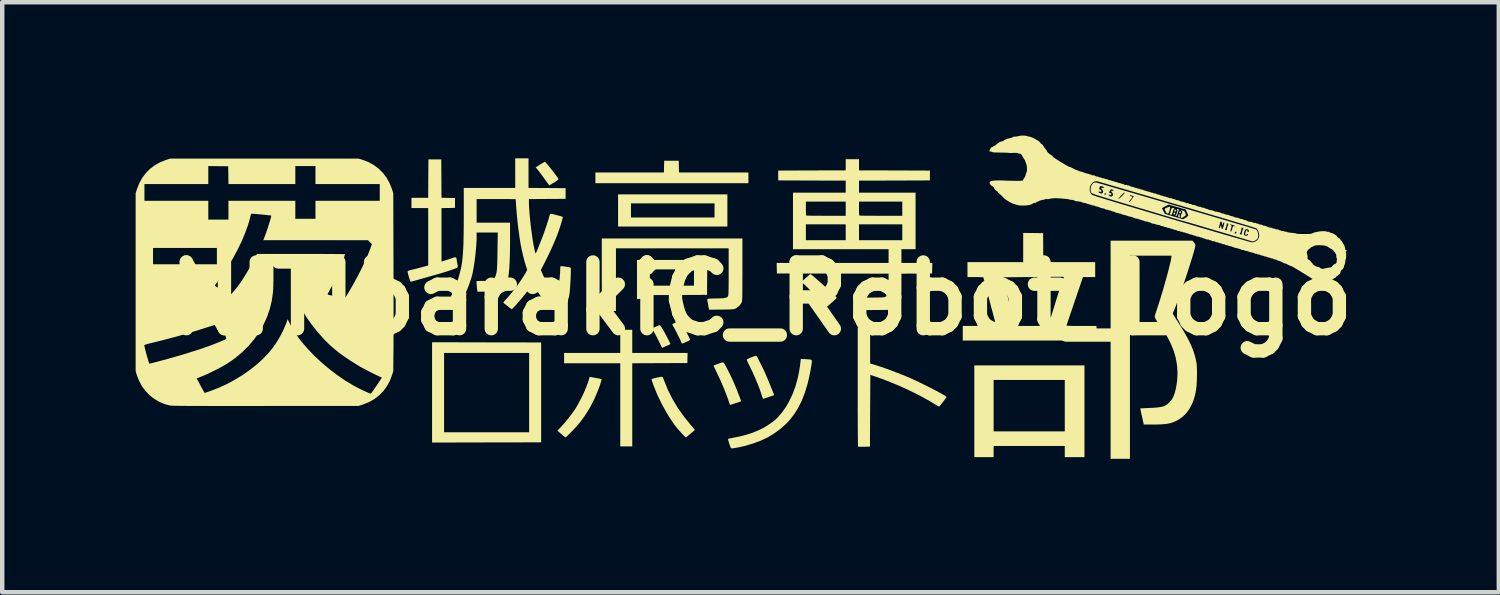
<source format=kicad_pcb>
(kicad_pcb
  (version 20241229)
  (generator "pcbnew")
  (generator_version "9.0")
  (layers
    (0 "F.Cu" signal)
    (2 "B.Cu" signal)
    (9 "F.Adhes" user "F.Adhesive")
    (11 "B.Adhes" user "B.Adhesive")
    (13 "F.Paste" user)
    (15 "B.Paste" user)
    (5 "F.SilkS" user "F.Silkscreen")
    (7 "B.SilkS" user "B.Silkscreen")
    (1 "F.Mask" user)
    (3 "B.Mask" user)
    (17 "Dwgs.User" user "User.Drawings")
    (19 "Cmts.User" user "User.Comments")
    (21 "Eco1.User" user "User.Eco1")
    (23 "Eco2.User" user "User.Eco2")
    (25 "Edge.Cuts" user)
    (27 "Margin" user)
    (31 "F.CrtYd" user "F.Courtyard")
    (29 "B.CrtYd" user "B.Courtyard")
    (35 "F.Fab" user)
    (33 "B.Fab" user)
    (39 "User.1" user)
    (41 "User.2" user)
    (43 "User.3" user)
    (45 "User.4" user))
  (footprint "NITIbarakiC_Robot_Logo"
    (layer "F.Cu")
    (at 14.069 3.663)
    (property "Reference" "NITIbarakiC_Robot_Logo" (at 0 0 0) (layer "F.SilkS") (effects (font (size 1.5 1.5) (thickness 0.3))))
    (attr board_only exclude_from_pos_files exclude_from_bom)
    (fp_poly (pts (xy 9.389 -1.46) (xy 9.384 -1.456) (xy 9.379 -1.46) (xy 9.384 -1.465)) (stroke (width 0) (type solid)) (fill yes) (layer "F.SilkS"))
    (fp_poly (pts (xy 10.121 -1.239) (xy 10.117 -1.234) (xy 10.112 -1.239) (xy 10.117 -1.243)) (stroke (width 0) (type solid)) (fill yes) (layer "F.SilkS"))
    (fp_poly (pts (xy 13.174 -0.855) (xy 13.175 -0.843) (xy 13.174 -0.842) (xy 13.168 -0.843) (xy 13.168 -0.848) (xy 13.171 -0.856)) (stroke (width 0) (type solid)) (fill yes) (layer "F.SilkS"))
    (fp_poly (pts (xy 9.434 -1.958) (xy 9.437 -1.942) (xy 9.433 -1.923) (xy 9.418 -1.918) (xy 9.402 -1.922) (xy 9.398 -1.927) (xy 9.404 -1.95) (xy 9.417 -1.964) (xy 9.424 -1.966)) (stroke (width 0) (type solid)) (fill yes) (layer "F.SilkS"))
    (fp_poly (pts (xy 9.305 -1.925) (xy 9.306 -1.922) (xy 9.307 -1.901) (xy 9.293 -1.89) (xy 9.284 -1.889) (xy 9.271 -1.894) (xy 9.27 -1.91) (xy 9.271 -1.913) (xy 9.28 -1.932) (xy 9.293 -1.937)) (stroke (width 0) (type solid)) (fill yes) (layer "F.SilkS"))
    (fp_poly (pts (xy 9.314 -1.998) (xy 9.322 -1.99) (xy 9.329 -1.975) (xy 9.321 -1.962) (xy 9.304 -1.953) (xy 9.296 -1.953) (xy 9.29 -1.964) (xy 9.29 -1.982) (xy 9.295 -1.999) (xy 9.302 -2.005)) (stroke (width 0) (type solid)) (fill yes) (layer "F.SilkS"))
    (fp_poly (pts (xy 9.401 -1.9) (xy 9.402 -1.899) (xy 9.407 -1.877) (xy 9.41 -1.853) (xy 9.411 -1.833) (xy 9.409 -1.823) (xy 9.409 -1.823) (xy 9.396 -1.826) (xy 9.386 -1.829) (xy 9.375 -1.837) (xy 9.375 -1.855) (xy 9.376 -1.859) (xy 9.383 -1.884) (xy 9.389 -1.899) (xy 9.396 -1.909)) (stroke (width 0) (type solid)) (fill yes) (layer "F.SilkS"))
    (fp_poly (pts (xy -1.853 -2.967) (xy -1.85 -2.834) (xy -1.07 -2.834) (xy -0.289 -2.834) (xy -0.289 -2.714) (xy -0.289 -2.593) (xy -2.01 -2.593) (xy -3.73 -2.593) (xy -3.73 -2.714) (xy -3.73 -2.834) (xy -2.96 -2.834) (xy -2.189 -2.834) (xy -2.186 -2.967) (xy -2.183 -3.099) (xy -2.019 -3.099) (xy -1.856 -3.099)) (stroke (width 0) (type solid)) (fill yes) (layer "F.SilkS"))
    (fp_poly (pts (xy -0.762 -1.981) (xy -0.762 -1.619) (xy -1.991 -1.619) (xy -3.22 -1.619) (xy -3.22 -1.981) (xy -2.93 -1.981) (xy -2.93 -1.822) (xy -1.991 -1.822) (xy -1.051 -1.822) (xy -1.051 -1.981) (xy -1.051 -2.14) (xy -1.991 -2.14) (xy -2.93 -2.14) (xy -2.93 -1.981) (xy -3.22 -1.981) (xy -3.22 -2.342) (xy -1.991 -2.342) (xy -0.762 -2.342)) (stroke (width 0) (type solid)) (fill yes) (layer "F.SilkS"))
    (fp_poly (pts (xy -6.176 0.986) (xy -4.95 0.988) (xy -4.95 2.111) (xy -4.95 3.234) (xy -6.176 3.236) (xy -7.403 3.239) (xy -7.403 2.116) (xy -7.133 2.116) (xy -7.133 3.008) (xy -6.176 3.008) (xy -5.22 3.008) (xy -5.22 2.116) (xy -5.22 1.224) (xy -6.176 1.224) (xy -7.133 1.224) (xy -7.133 2.116) (xy -7.403 2.116) (xy -7.403 2.111) (xy -7.403 0.983)) (stroke (width 0) (type solid)) (fill yes) (layer "F.SilkS"))
    (fp_poly (pts (xy -1.217 -0.475) (xy -1.219 -0.082) (xy -1.863 -0.079) (xy -2.506 -0.077) (xy -2.506 -0.034) (xy -2.506 0.01) (xy -2.651 0.01) (xy -2.795 0.01) (xy -2.795 -0.429) (xy -2.795 -0.472) (xy -2.506 -0.472) (xy -2.506 -0.289) (xy -2.01 -0.289) (xy -1.513 -0.289) (xy -1.513 -0.472) (xy -1.513 -0.655) (xy -2.01 -0.655) (xy -2.506 -0.655) (xy -2.506 -0.472) (xy -2.795 -0.472) (xy -2.795 -0.868) (xy -2.005 -0.868) (xy -1.214 -0.868)) (stroke (width 0) (type solid)) (fill yes) (layer "F.SilkS"))
    (fp_poly (pts (xy 9.275 -2.035) (xy 9.291 -2.029) (xy 9.293 -2.026) (xy 9.29 -2.025) (xy 9.279 -2.019) (xy 9.268 -1.999) (xy 9.256 -1.963) (xy 9.253 -1.952) (xy 9.242 -1.918) (xy 9.233 -1.893) (xy 9.227 -1.881) (xy 9.226 -1.881) (xy 9.213 -1.884) (xy 9.196 -1.889) (xy 9.182 -1.895) (xy 9.182 -1.898) (xy 9.189 -1.907) (xy 9.198 -1.93) (xy 9.204 -1.954) (xy 9.216 -1.998) (xy 9.228 -2.024) (xy 9.243 -2.037) (xy 9.263 -2.038)) (stroke (width 0) (type solid)) (fill yes) (layer "F.SilkS"))
    (fp_poly (pts (xy -2.901 0.964) (xy -2.901 1.224) (xy -2.279 1.224) (xy -1.657 1.224) (xy -1.66 1.337) (xy -1.663 1.451) (xy -2.282 1.453) (xy -2.901 1.456) (xy -2.901 2.391) (xy -2.901 3.326) (xy -3.036 3.326) (xy -3.171 3.326) (xy -3.171 2.391) (xy -3.171 1.456) (xy -3.803 1.456) (xy -4.434 1.456) (xy -4.434 1.34) (xy -4.434 1.224) (xy -3.803 1.224) (xy -3.171 1.224) (xy -3.171 0.964) (xy -3.171 0.704) (xy -3.036 0.704) (xy -2.901 0.704)) (stroke (width 0) (type solid)) (fill yes) (layer "F.SilkS"))
    (fp_poly (pts (xy 9.201 -2.061) (xy 9.199 -2.055) (xy 9.197 -2.054) (xy 9.188 -2.042) (xy 9.189 -2.037) (xy 9.19 -2.022) (xy 9.185 -1.997) (xy 9.177 -1.967) (xy 9.167 -1.939) (xy 9.157 -1.92) (xy 9.154 -1.916) (xy 9.136 -1.909) (xy 9.121 -1.917) (xy 9.104 -1.939) (xy 9.095 -1.956) (xy 9.082 -1.984) (xy 9.073 -2.005) (xy 9.071 -2.012) (xy 9.079 -2.022) (xy 9.1 -2.034) (xy 9.128 -2.047) (xy 9.156 -2.057) (xy 9.18 -2.062) (xy 9.184 -2.063)) (stroke (width 0) (type solid)) (fill yes) (layer "F.SilkS"))
    (fp_poly (pts (xy 9.361 -2.011) (xy 9.382 -2.007) (xy 9.391 -2.005) (xy 9.393 -1.998) (xy 9.389 -1.988) (xy 9.381 -1.97) (xy 9.37 -1.941) (xy 9.362 -1.913) (xy 9.351 -1.881) (xy 9.341 -1.863) (xy 9.329 -1.855) (xy 9.321 -1.853) (xy 9.305 -1.852) (xy 9.306 -1.857) (xy 9.316 -1.865) (xy 9.332 -1.885) (xy 9.337 -1.902) (xy 9.342 -1.927) (xy 9.35 -1.948) (xy 9.357 -1.972) (xy 9.351 -1.994) (xy 9.35 -1.996) (xy 9.343 -2.011) (xy 9.349 -2.014)) (stroke (width 0) (type solid)) (fill yes) (layer "F.SilkS"))
    (fp_poly (pts (xy 9.466 -1.98) (xy 9.494 -1.974) (xy 9.51 -1.966) (xy 9.521 -1.952) (xy 9.527 -1.939) (xy 9.543 -1.907) (xy 9.547 -1.884) (xy 9.54 -1.867) (xy 9.519 -1.849) (xy 9.51 -1.843) (xy 9.483 -1.826) (xy 9.46 -1.814) (xy 9.45 -1.812) (xy 9.439 -1.815) (xy 9.435 -1.826) (xy 9.435 -1.851) (xy 9.436 -1.856) (xy 9.441 -1.886) (xy 9.449 -1.903) (xy 9.453 -1.906) (xy 9.463 -1.918) (xy 9.466 -1.94) (xy 9.46 -1.963) (xy 9.449 -1.976) (xy 9.442 -1.982) (xy 9.45 -1.983)) (stroke (width 0) (type solid)) (fill yes) (layer "F.SilkS"))
    (fp_poly (pts (xy 7.268 2.535) (xy 7.268 3.567) (xy 7.046 3.567) (xy 6.825 3.567) (xy 6.825 3.441) (xy 6.825 3.316) (xy 6.025 3.316) (xy 5.225 3.316) (xy 5.225 3.441) (xy 5.225 3.567) (xy 5.008 3.567) (xy 4.791 3.567) (xy 4.791 2.535) (xy 4.791 2.41) (xy 5.225 2.41) (xy 5.225 2.988) (xy 6.025 2.988) (xy 6.825 2.988) (xy 6.825 2.41) (xy 6.825 1.831) (xy 6.025 1.831) (xy 5.225 1.831) (xy 5.225 2.41) (xy 4.791 2.41) (xy 4.791 1.504) (xy 6.029 1.504) (xy 7.268 1.504)) (stroke (width 0) (type solid)) (fill yes) (layer "F.SilkS"))
    (fp_poly (pts (xy -1.828 0.51) (xy -1.812 0.532) (xy -1.791 0.566) (xy -1.766 0.609) (xy -1.738 0.658) (xy -1.709 0.71) (xy -1.68 0.762) (xy -1.654 0.812) (xy -1.631 0.856) (xy -1.614 0.893) (xy -1.603 0.918) (xy -1.6 0.929) (xy -1.608 0.936) (xy -1.63 0.949) (xy -1.661 0.964) (xy -1.695 0.981) (xy -1.73 0.995) (xy -1.76 1.006) (xy -1.78 1.012) (xy -1.783 1.012) (xy -1.792 1.004) (xy -1.793 0.999) (xy -1.797 0.986) (xy -1.809 0.959) (xy -1.826 0.921) (xy -1.848 0.876) (xy -1.873 0.826) (xy -1.898 0.776) (xy -1.923 0.727) (xy -1.946 0.684) (xy -1.965 0.649) (xy -1.979 0.625) (xy -1.981 0.623) (xy -1.997 0.595) (xy -1.998 0.578) (xy -1.997 0.576) (xy -1.984 0.567) (xy -1.958 0.554) (xy -1.926 0.539) (xy -1.893 0.523) (xy -1.863 0.511) (xy -1.842 0.503) (xy -1.836 0.502)) (stroke (width 0) (type solid)) (fill yes) (layer "F.SilkS"))
    (fp_poly (pts (xy -4.827 -3.035) (xy -4.802 -3.006) (xy -4.77 -2.968) (xy -4.736 -2.926) (xy -4.704 -2.886) (xy -4.677 -2.852) (xy -4.663 -2.833) (xy -4.649 -2.814) (xy -4.628 -2.785) (xy -4.604 -2.753) (xy -4.603 -2.752) (xy -4.582 -2.723) (xy -4.567 -2.699) (xy -4.56 -2.685) (xy -4.56 -2.685) (xy -4.567 -2.676) (xy -4.585 -2.66) (xy -4.61 -2.641) (xy -4.635 -2.622) (xy -4.656 -2.608) (xy -4.669 -2.603) (xy -4.669 -2.603) (xy -4.679 -2.598) (xy -4.7 -2.585) (xy -4.717 -2.574) (xy -4.742 -2.558) (xy -4.759 -2.547) (xy -4.765 -2.545) (xy -4.772 -2.552) (xy -4.788 -2.573) (xy -4.811 -2.604) (xy -4.839 -2.642) (xy -4.858 -2.668) (xy -4.901 -2.728) (xy -4.936 -2.776) (xy -4.966 -2.817) (xy -4.995 -2.854) (xy -5.025 -2.892) (xy -5.04 -2.91) (xy -5.072 -2.949) (xy -5.016 -2.985) (xy -4.978 -3.01) (xy -4.952 -3.026) (xy -4.933 -3.038) (xy -4.915 -3.049) (xy -4.896 -3.059) (xy -4.864 -3.077)) (stroke (width 0) (type solid)) (fill yes) (layer "F.SilkS"))
    (fp_poly (pts (xy -2.28 0.602) (xy -2.278 0.603) (xy -2.266 0.615) (xy -2.248 0.64) (xy -2.227 0.672) (xy -2.219 0.685) (xy -2.201 0.716) (xy -2.179 0.755) (xy -2.154 0.801) (xy -2.128 0.85) (xy -2.103 0.898) (xy -2.08 0.942) (xy -2.062 0.98) (xy -2.049 1.007) (xy -2.044 1.021) (xy -2.044 1.021) (xy -2.052 1.03) (xy -2.071 1.04) (xy -2.075 1.042) (xy -2.1 1.052) (xy -2.135 1.067) (xy -2.167 1.081) (xy -2.197 1.095) (xy -2.22 1.105) (xy -2.23 1.109) (xy -2.23 1.109) (xy -2.235 1.1) (xy -2.247 1.078) (xy -2.262 1.046) (xy -2.274 1.019) (xy -2.295 0.976) (xy -2.322 0.923) (xy -2.351 0.866) (xy -2.381 0.811) (xy -2.384 0.805) (xy -2.413 0.753) (xy -2.433 0.716) (xy -2.446 0.691) (xy -2.454 0.676) (xy -2.457 0.668) (xy -2.456 0.665) (xy -2.452 0.665) (xy -2.45 0.665) (xy -2.437 0.661) (xy -2.412 0.651) (xy -2.378 0.636) (xy -2.366 0.63) (xy -2.325 0.611) (xy -2.297 0.602)) (stroke (width 0) (type solid)) (fill yes) (layer "F.SilkS"))
    (fp_poly (pts (xy -0.856 1.438) (xy -0.84 1.451) (xy -0.823 1.476) (xy -0.802 1.516) (xy -0.8 1.518) (xy -0.759 1.595) (xy -0.723 1.665) (xy -0.689 1.734) (xy -0.656 1.803) (xy -0.623 1.877) (xy -0.589 1.957) (xy -0.552 2.048) (xy -0.511 2.152) (xy -0.489 2.207) (xy -0.472 2.252) (xy -0.462 2.281) (xy -0.457 2.299) (xy -0.457 2.309) (xy -0.462 2.314) (xy -0.469 2.318) (xy -0.489 2.325) (xy -0.52 2.335) (xy -0.558 2.347) (xy -0.598 2.36) (xy -0.637 2.373) (xy -0.669 2.383) (xy -0.691 2.389) (xy -0.698 2.391) (xy -0.706 2.383) (xy -0.709 2.379) (xy -0.713 2.365) (xy -0.723 2.337) (xy -0.736 2.3) (xy -0.747 2.265) (xy -0.823 2.062) (xy -0.913 1.851) (xy -0.98 1.708) (xy -1.006 1.653) (xy -1.03 1.603) (xy -1.049 1.562) (xy -1.063 1.532) (xy -1.069 1.516) (xy -1.07 1.514) (xy -1.069 1.51) (xy -1.066 1.506) (xy -1.057 1.501) (xy -1.039 1.494) (xy -1.009 1.483) (xy -0.966 1.467) (xy -0.948 1.46) (xy -0.906 1.445) (xy -0.877 1.437)) (stroke (width 0) (type solid)) (fill yes) (layer "F.SilkS"))
    (fp_poly (pts (xy 1.118 -0.543) (xy 1.139 -0.528) (xy 1.166 -0.505) (xy 1.173 -0.499) (xy 1.211 -0.466) (xy 1.253 -0.429) (xy 1.292 -0.395) (xy 1.353 -0.342) (xy 1.414 -0.288) (xy 1.473 -0.235) (xy 1.529 -0.184) (xy 1.579 -0.137) (xy 1.623 -0.095) (xy 1.658 -0.061) (xy 1.683 -0.036) (xy 1.695 -0.02) (xy 1.697 -0.017) (xy 1.69 -0.007) (xy 1.673 0.012) (xy 1.656 0.028) (xy 1.597 0.081) (xy 1.551 0.121) (xy 1.518 0.151) (xy 1.495 0.17) (xy 1.481 0.18) (xy 1.476 0.182) (xy 1.468 0.175) (xy 1.448 0.156) (xy 1.418 0.127) (xy 1.379 0.089) (xy 1.334 0.043) (xy 1.284 -0.007) (xy 1.258 -0.033) (xy 1.202 -0.09) (xy 1.146 -0.145) (xy 1.093 -0.197) (xy 1.046 -0.242) (xy 1.007 -0.28) (xy 0.979 -0.306) (xy 0.974 -0.311) (xy 0.941 -0.341) (xy 0.921 -0.36) (xy 0.912 -0.373) (xy 0.911 -0.381) (xy 0.918 -0.389) (xy 0.919 -0.39) (xy 0.937 -0.405) (xy 0.962 -0.426) (xy 0.972 -0.436) (xy 1 -0.461) (xy 1.033 -0.49) (xy 1.053 -0.508) (xy 1.078 -0.53) (xy 1.098 -0.545) (xy 1.107 -0.549)) (stroke (width 0) (type solid)) (fill yes) (layer "F.SilkS"))
    (fp_poly (pts (xy -0.113 1.288) (xy -0.102 1.299) (xy -0.088 1.321) (xy -0.081 1.333) (xy -0.07 1.356) (xy -0.052 1.391) (xy -0.03 1.436) (xy -0.004 1.486) (xy 0.012 1.518) (xy 0.04 1.576) (xy 0.073 1.646) (xy 0.106 1.721) (xy 0.138 1.795) (xy 0.159 1.846) (xy 0.184 1.907) (xy 0.209 1.967) (xy 0.231 2.022) (xy 0.249 2.067) (xy 0.262 2.099) (xy 0.263 2.1) (xy 0.276 2.133) (xy 0.285 2.159) (xy 0.288 2.172) (xy 0.288 2.173) (xy 0.278 2.177) (xy 0.253 2.186) (xy 0.218 2.198) (xy 0.175 2.212) (xy 0.174 2.213) (xy 0.13 2.227) (xy 0.092 2.239) (xy 0.065 2.248) (xy 0.052 2.253) (xy 0.038 2.251) (xy 0.036 2.249) (xy 0.031 2.237) (xy 0.022 2.211) (xy 0.011 2.177) (xy 0.01 2.174) (xy -0.028 2.058) (xy -0.077 1.929) (xy -0.135 1.792) (xy -0.199 1.649) (xy -0.266 1.511) (xy -0.288 1.465) (xy -0.307 1.426) (xy -0.32 1.396) (xy -0.327 1.378) (xy -0.328 1.375) (xy -0.319 1.367) (xy -0.297 1.355) (xy -0.265 1.34) (xy -0.228 1.324) (xy -0.19 1.31) (xy -0.155 1.297) (xy -0.128 1.29) (xy -0.113 1.288)) (stroke (width 0) (type solid)) (fill yes) (layer "F.SilkS"))
    (fp_poly (pts (xy -2.23 1.761) (xy -2.22 1.766) (xy -2.21 1.779) (xy -2.2 1.803) (xy -2.185 1.842) (xy -2.184 1.847) (xy -2.099 2.057) (xy -1.995 2.263) (xy -1.874 2.464) (xy -1.733 2.662) (xy -1.599 2.827) (xy -1.565 2.867) (xy -1.535 2.903) (xy -1.512 2.931) (xy -1.498 2.949) (xy -1.494 2.954) (xy -1.501 2.962) (xy -1.52 2.979) (xy -1.547 3.002) (xy -1.579 3.029) (xy -1.612 3.057) (xy -1.644 3.084) (xy -1.671 3.105) (xy -1.69 3.119) (xy -1.696 3.123) (xy -1.705 3.117) (xy -1.724 3.099) (xy -1.749 3.075) (xy -1.76 3.063) (xy -1.795 3.026) (xy -1.836 2.98) (xy -1.879 2.93) (xy -1.919 2.882) (xy -1.946 2.848) (xy -1.96 2.829) (xy -1.981 2.797) (xy -2.008 2.757) (xy -2.037 2.713) (xy -2.067 2.668) (xy -2.093 2.626) (xy -2.115 2.591) (xy -2.126 2.574) (xy -2.242 2.363) (xy -2.341 2.156) (xy -2.423 1.953) (xy -2.43 1.933) (xy -2.445 1.89) (xy -2.457 1.854) (xy -2.465 1.827) (xy -2.468 1.816) (xy -2.459 1.81) (xy -2.436 1.802) (xy -2.402 1.792) (xy -2.363 1.782) (xy -2.322 1.773) (xy -2.284 1.765) (xy -2.253 1.761) (xy -2.243 1.76)) (stroke (width 0) (type solid)) (fill yes) (layer "F.SilkS"))
    (fp_poly (pts (xy -3.842 1.765) (xy -3.813 1.77) (xy -3.775 1.776) (xy -3.732 1.784) (xy -3.688 1.792) (xy -3.648 1.799) (xy -3.616 1.806) (xy -3.597 1.811) (xy -3.593 1.812) (xy -3.592 1.824) (xy -3.598 1.851) (xy -3.61 1.891) (xy -3.626 1.941) (xy -3.646 1.999) (xy -3.67 2.061) (xy -3.678 2.082) (xy -3.764 2.282) (xy -3.862 2.469) (xy -3.973 2.644) (xy -4.082 2.791) (xy -4.109 2.823) (xy -4.143 2.862) (xy -4.181 2.905) (xy -4.223 2.949) (xy -4.265 2.993) (xy -4.305 3.034) (xy -4.341 3.069) (xy -4.37 3.098) (xy -4.392 3.116) (xy -4.402 3.123) (xy -4.413 3.117) (xy -4.434 3.101) (xy -4.457 3.082) (xy -4.49 3.053) (xy -4.525 3.023) (xy -4.544 3.006) (xy -4.583 2.971) (xy -4.488 2.871) (xy -4.448 2.826) (xy -4.401 2.771) (xy -4.35 2.708) (xy -4.299 2.643) (xy -4.251 2.579) (xy -4.209 2.521) (xy -4.177 2.473) (xy -4.175 2.471) (xy -4.147 2.424) (xy -4.114 2.364) (xy -4.078 2.297) (xy -4.042 2.228) (xy -4.01 2.161) (xy -3.991 2.121) (xy -3.969 2.073) (xy -3.947 2.019) (xy -3.926 1.963) (xy -3.905 1.909) (xy -3.888 1.86) (xy -3.875 1.819) (xy -3.867 1.79) (xy -3.865 1.779) (xy -3.862 1.766) (xy -3.858 1.764)) (stroke (width 0) (type solid)) (fill yes) (layer "F.SilkS"))
    (fp_poly (pts (xy 2.448 1.053) (xy 2.448 1.461) (xy 2.494 1.474) (xy 2.588 1.503) (xy 2.695 1.538) (xy 2.811 1.578) (xy 2.932 1.622) (xy 3.055 1.669) (xy 3.174 1.715) (xy 3.286 1.762) (xy 3.327 1.779) (xy 3.392 1.808) (xy 3.464 1.841) (xy 3.54 1.877) (xy 3.62 1.916) (xy 3.7 1.956) (xy 3.78 1.996) (xy 3.857 2.035) (xy 3.93 2.073) (xy 3.996 2.109) (xy 4.054 2.14) (xy 4.101 2.168) (xy 4.137 2.189) (xy 4.158 2.205) (xy 4.164 2.212) (xy 4.158 2.224) (xy 4.143 2.247) (xy 4.122 2.278) (xy 4.096 2.313) (xy 4.069 2.348) (xy 4.043 2.381) (xy 4.02 2.408) (xy 4.005 2.425) (xy 3.999 2.429) (xy 3.986 2.424) (xy 3.962 2.411) (xy 3.931 2.393) (xy 3.924 2.389) (xy 3.784 2.304) (xy 3.629 2.218) (xy 3.462 2.131) (xy 3.287 2.047) (xy 3.108 1.965) (xy 2.928 1.89) (xy 2.752 1.821) (xy 2.583 1.76) (xy 2.579 1.759) (xy 2.453 1.717) (xy 2.448 2.524) (xy 2.444 3.33) (xy 2.313 3.333) (xy 2.265 3.334) (xy 2.223 3.333) (xy 2.193 3.332) (xy 2.177 3.33) (xy 2.176 3.329) (xy 2.175 3.319) (xy 2.174 3.29) (xy 2.173 3.245) (xy 2.173 3.183) (xy 2.172 3.107) (xy 2.171 3.017) (xy 2.171 2.914) (xy 2.17 2.8) (xy 2.17 2.675) (xy 2.169 2.541) (xy 2.169 2.398) (xy 2.169 2.249) (xy 2.169 2.093) (xy 2.169 1.984) (xy 2.169 0.646) (xy 2.309 0.646) (xy 2.448 0.646)) (stroke (width 0) (type solid)) (fill yes) (layer "F.SilkS"))
    (fp_poly (pts (xy -7.193 -2.697) (xy -7.191 -2.266) (xy -7.039 -2.263) (xy -6.887 -2.26) (xy -6.887 -2.15) (xy -6.887 -2.039) (xy -7.039 -2.036) (xy -7.191 -2.033) (xy -7.191 -1.432) (xy -7.191 -0.831) (xy -7.131 -0.85) (xy -7.095 -0.861) (xy -7.049 -0.876) (xy -6.999 -0.893) (xy -6.97 -0.902) (xy -6.924 -0.918) (xy -6.892 -0.927) (xy -6.872 -0.927) (xy -6.86 -0.918) (xy -6.853 -0.9) (xy -6.849 -0.87) (xy -6.849 -0.868) (xy -6.843 -0.829) (xy -6.835 -0.79) (xy -6.834 -0.784) (xy -6.826 -0.743) (xy -6.825 -0.716) (xy -6.833 -0.699) (xy -6.851 -0.686) (xy -6.866 -0.68) (xy -6.903 -0.666) (xy -6.954 -0.648) (xy -7.013 -0.628) (xy -7.076 -0.607) (xy -7.138 -0.588) (xy -7.194 -0.571) (xy -7.234 -0.559) (xy -7.252 -0.554) (xy -7.285 -0.545) (xy -7.33 -0.532) (xy -7.385 -0.517) (xy -7.445 -0.499) (xy -7.47 -0.492) (xy -7.537 -0.473) (xy -7.603 -0.454) (xy -7.666 -0.437) (xy -7.719 -0.422) (xy -7.759 -0.411) (xy -7.766 -0.409) (xy -7.806 -0.398) (xy -7.84 -0.389) (xy -7.863 -0.382) (xy -7.869 -0.38) (xy -7.885 -0.38) (xy -7.889 -0.384) (xy -7.897 -0.402) (xy -7.908 -0.433) (xy -7.92 -0.471) (xy -7.932 -0.513) (xy -7.943 -0.551) (xy -7.95 -0.582) (xy -7.953 -0.599) (xy -7.952 -0.61) (xy -7.946 -0.618) (xy -7.934 -0.625) (xy -7.911 -0.633) (xy -7.875 -0.643) (xy -7.844 -0.65) (xy -7.729 -0.679) (xy -7.609 -0.711) (xy -7.526 -0.733) (xy -7.49 -0.743) (xy -7.49 -1.388) (xy -7.49 -2.034) (xy -7.678 -2.034) (xy -7.866 -2.034) (xy -7.866 -2.15) (xy -7.866 -2.265) (xy -7.678 -2.265) (xy -7.49 -2.265) (xy -7.488 -2.697) (xy -7.485 -3.128) (xy -7.34 -3.128) (xy -7.196 -3.128)) (stroke (width 0) (type solid)) (fill yes) (layer "F.SilkS"))
    (fp_poly (pts (xy -0.424 -0.648) (xy -0.424 -0.515) (xy -0.425 -0.399) (xy -0.425 -0.3) (xy -0.425 -0.216) (xy -0.426 -0.146) (xy -0.426 -0.088) (xy -0.427 -0.041) (xy -0.428 -0.004) (xy -0.43 0.025) (xy -0.432 0.047) (xy -0.434 0.063) (xy -0.436 0.076) (xy -0.439 0.085) (xy -0.442 0.092) (xy -0.471 0.136) (xy -0.512 0.179) (xy -0.56 0.215) (xy -0.578 0.225) (xy -0.592 0.231) (xy -0.606 0.236) (xy -0.623 0.24) (xy -0.646 0.242) (xy -0.676 0.244) (xy -0.717 0.246) (xy -0.77 0.247) (xy -0.839 0.248) (xy -0.898 0.249) (xy -1.174 0.251) (xy -1.184 0.2) (xy -1.191 0.161) (xy -1.199 0.115) (xy -1.204 0.091) (xy -1.21 0.061) (xy -1.213 0.039) (xy -1.213 0.023) (xy -1.206 0.012) (xy -1.19 0.005) (xy -1.163 0.002) (xy -1.122 -0.000001) (xy -1.067 -0.001) (xy -1.015 -0.002) (xy -0.938 -0.003) (xy -0.879 -0.006) (xy -0.834 -0.01) (xy -0.801 -0.016) (xy -0.778 -0.024) (xy -0.762 -0.035) (xy -0.75 -0.05) (xy -0.744 -0.062) (xy -0.741 -0.074) (xy -0.739 -0.097) (xy -0.737 -0.132) (xy -0.736 -0.181) (xy -0.734 -0.244) (xy -0.734 -0.322) (xy -0.733 -0.417) (xy -0.733 -0.529) (xy -0.733 -0.608) (xy -0.733 -1.128) (xy -2 -1.128) (xy -3.268 -1.128) (xy -3.268 -0.424) (xy -3.268 0.28) (xy -3.42 0.28) (xy -3.473 0.279) (xy -3.518 0.278) (xy -3.553 0.276) (xy -3.575 0.274) (xy -3.579 0.273) (xy -3.58 0.263) (xy -3.581 0.234) (xy -3.582 0.19) (xy -3.583 0.13) (xy -3.584 0.057) (xy -3.584 -0.029) (xy -3.585 -0.125) (xy -3.585 -0.23) (xy -3.586 -0.344) (xy -3.586 -0.463) (xy -3.586 -0.541) (xy -3.586 -1.35) (xy -2.005 -1.35) (xy -0.424 -1.35)) (stroke (width 0) (type solid)) (fill yes) (layer "F.SilkS"))
    (fp_poly (pts (xy 0.944 1.361) (xy 0.994 1.363) (xy 0.995 1.363) (xy 1.05 1.367) (xy 1.089 1.37) (xy 1.114 1.375) (xy 1.128 1.381) (xy 1.135 1.389) (xy 1.137 1.402) (xy 1.137 1.41) (xy 1.135 1.443) (xy 1.129 1.49) (xy 1.119 1.549) (xy 1.107 1.617) (xy 1.093 1.69) (xy 1.077 1.764) (xy 1.061 1.836) (xy 1.045 1.904) (xy 1.035 1.939) (xy 0.978 2.125) (xy 0.911 2.296) (xy 0.834 2.451) (xy 0.747 2.592) (xy 0.649 2.72) (xy 0.561 2.815) (xy 0.431 2.931) (xy 0.293 3.033) (xy 0.145 3.122) (xy -0.015 3.198) (xy -0.188 3.262) (xy -0.371 3.315) (xy -0.425 3.328) (xy -0.471 3.338) (xy -0.517 3.348) (xy -0.568 3.357) (xy -0.631 3.368) (xy -0.642 3.369) (xy -0.668 3.369) (xy -0.682 3.362) (xy -0.69 3.347) (xy -0.7 3.32) (xy -0.713 3.285) (xy -0.725 3.247) (xy -0.736 3.211) (xy -0.744 3.182) (xy -0.747 3.164) (xy -0.747 3.161) (xy -0.742 3.157) (xy -0.732 3.153) (xy -0.713 3.148) (xy -0.683 3.142) (xy -0.641 3.133) (xy -0.583 3.121) (xy -0.54 3.113) (xy -0.475 3.099) (xy -0.404 3.082) (xy -0.332 3.062) (xy -0.264 3.041) (xy -0.205 3.022) (xy -0.169 3.007) (xy -0.151 3) (xy -0.121 2.987) (xy -0.085 2.973) (xy -0.079 2.97) (xy 0.003 2.932) (xy 0.09 2.885) (xy 0.176 2.83) (xy 0.257 2.773) (xy 0.328 2.715) (xy 0.37 2.675) (xy 0.468 2.561) (xy 0.558 2.432) (xy 0.639 2.288) (xy 0.711 2.133) (xy 0.771 1.968) (xy 0.819 1.794) (xy 0.838 1.706) (xy 0.849 1.649) (xy 0.86 1.586) (xy 0.869 1.524) (xy 0.877 1.466) (xy 0.883 1.417) (xy 0.886 1.38) (xy 0.887 1.368) (xy 0.892 1.363) (xy 0.911 1.361)) (stroke (width 0) (type solid)) (fill yes) (layer "F.SilkS"))
    (fp_poly (pts (xy 6.114 -1.473) (xy 6.338 -1.47) (xy 6.34 -1.145) (xy 6.343 -0.819) (xy 6.926 -0.819) (xy 7.509 -0.819) (xy 7.509 -0.651) (xy 7.509 -0.482) (xy 7.372 -0.482) (xy 7.234 -0.482) (xy 7.051 0.054) (xy 7.018 0.151) (xy 6.987 0.244) (xy 6.957 0.329) (xy 6.931 0.406) (xy 6.909 0.472) (xy 6.89 0.527) (xy 6.877 0.568) (xy 6.868 0.594) (xy 6.865 0.603) (xy 6.867 0.607) (xy 6.874 0.61) (xy 6.89 0.612) (xy 6.915 0.614) (xy 6.951 0.615) (xy 7.001 0.616) (xy 7.065 0.617) (xy 7.146 0.617) (xy 7.2 0.617) (xy 7.538 0.617) (xy 7.538 0.781) (xy 7.538 0.945) (xy 6.034 0.945) (xy 4.531 0.945) (xy 4.531 0.781) (xy 4.531 0.617) (xy 4.906 0.617) (xy 4.989 0.617) (xy 5.066 0.617) (xy 5.134 0.616) (xy 5.192 0.616) (xy 5.237 0.615) (xy 5.268 0.614) (xy 5.282 0.613) (xy 5.282 0.613) (xy 5.28 0.603) (xy 5.273 0.577) (xy 5.262 0.535) (xy 5.247 0.479) (xy 5.229 0.411) (xy 5.209 0.333) (xy 5.185 0.246) (xy 5.16 0.152) (xy 5.138 0.067) (xy 5.112 -0.031) (xy 5.087 -0.124) (xy 5.064 -0.21) (xy 5.044 -0.287) (xy 5.026 -0.353) (xy 5.012 -0.407) (xy 5.001 -0.447) (xy 4.995 -0.471) (xy 4.993 -0.477) (xy 5.43 -0.477) (xy 5.57 0.07) (xy 5.711 0.617) (xy 6.083 0.617) (xy 6.455 0.617) (xy 6.574 0.224) (xy 6.602 0.133) (xy 6.63 0.042) (xy 6.658 -0.047) (xy 6.684 -0.131) (xy 6.709 -0.206) (xy 6.73 -0.269) (xy 6.746 -0.318) (xy 6.75 -0.326) (xy 6.768 -0.378) (xy 6.783 -0.423) (xy 6.795 -0.458) (xy 6.802 -0.481) (xy 6.803 -0.488) (xy 6.793 -0.488) (xy 6.765 -0.489) (xy 6.721 -0.489) (xy 6.663 -0.489) (xy 6.591 -0.488) (xy 6.508 -0.488) (xy 6.414 -0.487) (xy 6.313 -0.486) (xy 6.204 -0.485) (xy 6.115 -0.484) (xy 5.43 -0.477) (xy 4.993 -0.477) (xy 4.993 -0.478) (xy 4.984 -0.479) (xy 4.959 -0.48) (xy 4.92 -0.481) (xy 4.871 -0.482) (xy 4.815 -0.482) (xy 4.637 -0.482) (xy 4.637 -0.651) (xy 4.637 -0.819) (xy 5.263 -0.819) (xy 5.89 -0.819) (xy 5.89 -1.147) (xy 5.89 -1.475)) (stroke (width 0) (type solid)) (fill yes) (layer "F.SilkS"))
    (fp_poly (pts (xy 9.731 -1.258) (xy 9.752 -1.232) (xy 9.761 -1.212) (xy 9.762 -1.193) (xy 9.76 -1.179) (xy 9.751 -1.137) (xy 9.736 -1.08) (xy 9.716 -1.008) (xy 9.691 -0.925) (xy 9.662 -0.832) (xy 9.63 -0.731) (xy 9.596 -0.625) (xy 9.56 -0.515) (xy 9.524 -0.404) (xy 9.486 -0.294) (xy 9.45 -0.186) (xy 9.414 -0.084) (xy 9.38 0.012) (xy 9.348 0.098) (xy 9.32 0.174) (xy 9.295 0.236) (xy 9.279 0.274) (xy 9.266 0.304) (xy 9.257 0.328) (xy 9.254 0.338) (xy 9.259 0.349) (xy 9.273 0.373) (xy 9.293 0.406) (xy 9.318 0.446) (xy 9.326 0.458) (xy 9.411 0.591) (xy 9.485 0.712) (xy 9.549 0.821) (xy 9.603 0.921) (xy 9.649 1.014) (xy 9.688 1.102) (xy 9.72 1.187) (xy 9.746 1.271) (xy 9.768 1.355) (xy 9.776 1.388) (xy 9.783 1.425) (xy 9.789 1.46) (xy 9.793 1.496) (xy 9.795 1.537) (xy 9.797 1.588) (xy 9.798 1.652) (xy 9.798 1.706) (xy 9.795 1.845) (xy 9.788 1.968) (xy 9.774 2.078) (xy 9.753 2.178) (xy 9.726 2.271) (xy 9.691 2.36) (xy 9.677 2.39) (xy 9.622 2.491) (xy 9.559 2.577) (xy 9.487 2.649) (xy 9.402 2.711) (xy 9.374 2.728) (xy 9.321 2.756) (xy 9.27 2.779) (xy 9.217 2.797) (xy 9.161 2.811) (xy 9.098 2.821) (xy 9.025 2.828) (xy 8.94 2.832) (xy 8.839 2.834) (xy 8.792 2.834) (xy 8.602 2.834) (xy 8.562 2.654) (xy 8.549 2.598) (xy 8.539 2.549) (xy 8.53 2.509) (xy 8.525 2.483) (xy 8.524 2.472) (xy 8.524 2.472) (xy 8.534 2.47) (xy 8.56 2.469) (xy 8.599 2.467) (xy 8.647 2.464) (xy 8.685 2.463) (xy 8.782 2.459) (xy 8.862 2.454) (xy 8.927 2.447) (xy 8.98 2.44) (xy 9.023 2.43) (xy 9.058 2.419) (xy 9.073 2.413) (xy 9.126 2.381) (xy 9.178 2.335) (xy 9.225 2.28) (xy 9.261 2.22) (xy 9.264 2.214) (xy 9.294 2.137) (xy 9.319 2.044) (xy 9.339 1.94) (xy 9.353 1.829) (xy 9.359 1.714) (xy 9.36 1.667) (xy 9.35 1.505) (xy 9.322 1.342) (xy 9.275 1.177) (xy 9.209 1.013) (xy 9.124 0.849) (xy 9.021 0.685) (xy 8.952 0.588) (xy 8.921 0.545) (xy 8.893 0.503) (xy 8.872 0.467) (xy 8.861 0.442) (xy 8.861 0.442) (xy 8.846 0.397) (xy 8.909 0.206) (xy 8.94 0.111) (xy 8.972 0.01) (xy 9.004 -0.096) (xy 9.037 -0.205) (xy 9.068 -0.314) (xy 9.099 -0.422) (xy 9.127 -0.525) (xy 9.153 -0.622) (xy 9.175 -0.71) (xy 9.194 -0.787) (xy 9.209 -0.851) (xy 9.218 -0.9) (xy 9.22 -0.913) (xy 9.227 -0.964) (xy 8.758 -0.964) (xy 8.29 -0.964) (xy 8.29 1.321) (xy 8.29 3.605) (xy 8.073 3.605) (xy 7.856 3.605) (xy 7.856 1.152) (xy 7.856 -1.301) (xy 8.776 -1.301) (xy 9.696 -1.301)) (stroke (width 0) (type solid)) (fill yes) (layer "F.SilkS"))
    (fp_poly (pts (xy 2.198 -3.008) (xy 2.198 -2.882) (xy 2.995 -2.88) (xy 3.793 -2.877) (xy 3.793 -2.767) (xy 3.793 -2.656) (xy 2.995 -2.653) (xy 2.198 -2.651) (xy 2.198 -2.516) (xy 2.198 -2.381) (xy 2.834 -2.381) (xy 3.47 -2.381) (xy 3.47 -1.745) (xy 3.47 -1.109) (xy 3.311 -1.109) (xy 3.152 -1.109) (xy 3.152 -0.954) (xy 3.152 -0.8) (xy 3.499 -0.8) (xy 3.847 -0.8) (xy 3.844 -0.682) (xy 3.841 -0.564) (xy 3.497 -0.561) (xy 3.152 -0.559) (xy 3.152 -0.272) (xy 3.152 -0.18) (xy 3.151 -0.105) (xy 3.149 -0.045) (xy 3.146 0.003) (xy 3.141 0.041) (xy 3.133 0.071) (xy 3.123 0.096) (xy 3.11 0.117) (xy 3.092 0.137) (xy 3.071 0.159) (xy 3.071 0.159) (xy 3.038 0.189) (xy 3.001 0.216) (xy 2.974 0.232) (xy 2.961 0.238) (xy 2.948 0.243) (xy 2.934 0.247) (xy 2.916 0.25) (xy 2.893 0.253) (xy 2.861 0.254) (xy 2.819 0.256) (xy 2.765 0.257) (xy 2.697 0.257) (xy 2.612 0.258) (xy 2.582 0.258) (xy 2.239 0.261) (xy 2.228 0.186) (xy 2.222 0.138) (xy 2.216 0.087) (xy 2.212 0.047) (xy 2.206 -0.018) (xy 2.489 -0.021) (xy 2.57 -0.022) (xy 2.634 -0.023) (xy 2.684 -0.024) (xy 2.721 -0.025) (xy 2.748 -0.027) (xy 2.767 -0.03) (xy 2.781 -0.034) (xy 2.791 -0.039) (xy 2.801 -0.045) (xy 2.804 -0.047) (xy 2.822 -0.061) (xy 2.836 -0.077) (xy 2.846 -0.095) (xy 2.853 -0.121) (xy 2.858 -0.155) (xy 2.861 -0.2) (xy 2.863 -0.259) (xy 2.863 -0.335) (xy 2.863 -0.347) (xy 2.863 -0.559) (xy 1.607 -0.561) (xy 0.352 -0.564) (xy 0.349 -0.682) (xy 0.346 -0.8) (xy 1.605 -0.8) (xy 2.863 -0.8) (xy 2.863 -0.954) (xy 2.863 -1.109) (xy 1.788 -1.109) (xy 0.713 -1.109) (xy 0.713 -1.489) (xy 1.003 -1.489) (xy 1.003 -1.311) (xy 1.451 -1.311) (xy 1.899 -1.311) (xy 1.899 -1.489) (xy 2.198 -1.489) (xy 2.198 -1.311) (xy 2.685 -1.311) (xy 3.171 -1.311) (xy 3.171 -1.489) (xy 3.171 -1.668) (xy 2.685 -1.668) (xy 2.198 -1.668) (xy 2.198 -1.489) (xy 1.899 -1.489) (xy 1.899 -1.668) (xy 1.451 -1.668) (xy 1.003 -1.668) (xy 1.003 -1.489) (xy 0.713 -1.489) (xy 0.713 -1.745) (xy 0.713 -2.026) (xy 1.003 -2.026) (xy 1.003 -1.973) (xy 1.004 -1.928) (xy 1.006 -1.893) (xy 1.008 -1.872) (xy 1.009 -1.867) (xy 1.02 -1.866) (xy 1.048 -1.864) (xy 1.091 -1.863) (xy 1.148 -1.862) (xy 1.216 -1.861) (xy 1.294 -1.861) (xy 1.38 -1.861) (xy 1.457 -1.86) (xy 1.899 -1.86) (xy 1.899 -2.019) (xy 1.899 -2.026) (xy 2.198 -2.026) (xy 2.198 -1.973) (xy 2.199 -1.928) (xy 2.201 -1.893) (xy 2.203 -1.872) (xy 2.204 -1.867) (xy 2.215 -1.866) (xy 2.243 -1.864) (xy 2.286 -1.863) (xy 2.344 -1.862) (xy 2.413 -1.862) (xy 2.492 -1.861) (xy 2.579 -1.861) (xy 2.673 -1.86) (xy 2.691 -1.86) (xy 3.171 -1.86) (xy 3.171 -2.019) (xy 3.171 -2.179) (xy 2.685 -2.179) (xy 2.198 -2.179) (xy 2.198 -2.026) (xy 1.899 -2.026) (xy 1.899 -2.179) (xy 1.451 -2.179) (xy 1.003 -2.179) (xy 1.003 -2.026) (xy 0.713 -2.026) (xy 0.713 -2.381) (xy 1.306 -2.381) (xy 1.899 -2.381) (xy 1.899 -2.516) (xy 1.899 -2.651) (xy 1.14 -2.653) (xy 0.381 -2.656) (xy 0.381 -2.767) (xy 0.381 -2.877) (xy 1.14 -2.88) (xy 1.899 -2.882) (xy 1.899 -3.008) (xy 1.899 -3.133) (xy 2.048 -3.133) (xy 2.198 -3.133)) (stroke (width 0) (type solid)) (fill yes) (layer "F.SilkS"))
    (fp_poly (pts (xy -5.234 -2.82) (xy -5.234 -2.487) (xy -4.817 -2.485) (xy -4.4 -2.482) (xy -4.4 -2.362) (xy -4.4 -2.241) (xy -4.813 -2.239) (xy -5.225 -2.236) (xy -5.225 -2.163) (xy -5.223 -2.089) (xy -5.218 -1.999) (xy -5.21 -1.898) (xy -5.2 -1.788) (xy -5.187 -1.674) (xy -5.174 -1.558) (xy -5.158 -1.444) (xy -5.143 -1.337) (xy -5.127 -1.238) (xy -5.11 -1.153) (xy -5.1 -1.104) (xy -5.092 -1.071) (xy -5.086 -1.042) (xy -5.085 -1.038) (xy -5.079 -1.021) (xy -5.071 -1.016) (xy -5.065 -1.027) (xy -5.053 -1.052) (xy -5.038 -1.088) (xy -5.02 -1.131) (xy -5.017 -1.14) (xy -4.999 -1.187) (xy -4.982 -1.23) (xy -4.968 -1.264) (xy -4.959 -1.286) (xy -4.959 -1.287) (xy -4.937 -1.34) (xy -4.911 -1.408) (xy -4.883 -1.485) (xy -4.855 -1.567) (xy -4.827 -1.649) (xy -4.802 -1.727) (xy -4.78 -1.796) (xy -4.767 -1.844) (xy -4.757 -1.879) (xy -4.747 -1.899) (xy -4.735 -1.906) (xy -4.714 -1.904) (xy -4.694 -1.9) (xy -4.652 -1.889) (xy -4.606 -1.877) (xy -4.561 -1.865) (xy -4.521 -1.854) (xy -4.489 -1.844) (xy -4.469 -1.839) (xy -4.465 -1.837) (xy -4.465 -1.825) (xy -4.47 -1.797) (xy -4.481 -1.757) (xy -4.495 -1.706) (xy -4.513 -1.647) (xy -4.534 -1.583) (xy -4.557 -1.517) (xy -4.578 -1.458) (xy -4.61 -1.373) (xy -4.651 -1.276) (xy -4.697 -1.169) (xy -4.748 -1.058) (xy -4.802 -0.946) (xy -4.856 -0.837) (xy -4.865 -0.819) (xy -4.957 -0.64) (xy -4.917 -0.549) (xy -4.88 -0.47) (xy -4.841 -0.395) (xy -4.802 -0.324) (xy -4.763 -0.262) (xy -4.727 -0.21) (xy -4.694 -0.17) (xy -4.667 -0.145) (xy -4.658 -0.14) (xy -4.628 -0.131) (xy -4.603 -0.136) (xy -4.583 -0.158) (xy -4.568 -0.196) (xy -4.556 -0.252) (xy -4.551 -0.295) (xy -4.539 -0.409) (xy -4.53 -0.505) (xy -4.524 -0.582) (xy -4.521 -0.641) (xy -4.521 -0.662) (xy -4.52 -0.694) (xy -4.516 -0.718) (xy -4.512 -0.727) (xy -4.499 -0.728) (xy -4.472 -0.726) (xy -4.435 -0.722) (xy -4.395 -0.716) (xy -4.354 -0.709) (xy -4.32 -0.703) (xy -4.295 -0.697) (xy -4.286 -0.693) (xy -4.283 -0.681) (xy -4.282 -0.653) (xy -4.282 -0.611) (xy -4.283 -0.559) (xy -4.285 -0.499) (xy -4.288 -0.434) (xy -4.292 -0.367) (xy -4.296 -0.3) (xy -4.3 -0.238) (xy -4.304 -0.182) (xy -4.309 -0.135) (xy -4.313 -0.1) (xy -4.314 -0.096) (xy -4.328 -0.027) (xy -4.344 0.027) (xy -4.363 0.07) (xy -4.387 0.106) (xy -4.405 0.127) (xy -4.453 0.169) (xy -4.503 0.196) (xy -4.561 0.209) (xy -4.608 0.212) (xy -4.672 0.207) (xy -4.729 0.19) (xy -4.781 0.161) (xy -4.831 0.116) (xy -4.883 0.055) (xy -4.891 0.045) (xy -4.952 -0.04) (xy -5.004 -0.117) (xy -5.052 -0.196) (xy -5.1 -0.283) (xy -5.1 -0.283) (xy -5.118 -0.316) (xy -5.13 -0.334) (xy -5.137 -0.34) (xy -5.143 -0.335) (xy -5.147 -0.328) (xy -5.157 -0.312) (xy -5.175 -0.285) (xy -5.199 -0.251) (xy -5.225 -0.214) (xy -5.251 -0.178) (xy -5.273 -0.147) (xy -5.288 -0.127) (xy -5.289 -0.125) (xy -5.301 -0.111) (xy -5.32 -0.087) (xy -5.344 -0.057) (xy -5.351 -0.048) (xy -5.379 -0.014) (xy -5.412 0.025) (xy -5.449 0.068) (xy -5.486 0.11) (xy -5.522 0.151) (xy -5.555 0.187) (xy -5.582 0.215) (xy -5.601 0.234) (xy -5.61 0.241) (xy -5.619 0.235) (xy -5.64 0.221) (xy -5.669 0.199) (xy -5.701 0.174) (xy -5.734 0.148) (xy -5.764 0.124) (xy -5.787 0.105) (xy -5.798 0.096) (xy -5.796 0.084) (xy -5.781 0.062) (xy -5.753 0.03) (xy -5.749 0.026) (xy -5.683 -0.045) (xy -5.612 -0.13) (xy -5.54 -0.222) (xy -5.469 -0.317) (xy -5.402 -0.413) (xy -5.344 -0.503) (xy -5.298 -0.58) (xy -5.263 -0.644) (xy -5.286 -0.715) (xy -5.32 -0.823) (xy -5.352 -0.945) (xy -5.382 -1.075) (xy -5.409 -1.206) (xy -5.43 -1.334) (xy -5.437 -1.383) (xy -5.444 -1.432) (xy -5.451 -1.485) (xy -5.457 -1.528) (xy -5.475 -1.672) (xy -5.492 -1.833) (xy -5.507 -2.007) (xy -5.514 -2.101) (xy -5.517 -2.149) (xy -5.52 -2.189) (xy -5.522 -2.219) (xy -5.523 -2.233) (xy -5.523 -2.234) (xy -5.532 -2.234) (xy -5.559 -2.235) (xy -5.601 -2.235) (xy -5.657 -2.236) (xy -5.725 -2.236) (xy -5.802 -2.236) (xy -5.886 -2.236) (xy -5.962 -2.236) (xy -6.401 -2.236) (xy -6.401 -1.971) (xy -6.401 -1.706) (xy -6.025 -1.706) (xy -5.649 -1.706) (xy -5.649 -1.313) (xy -5.65 -1.13) (xy -5.653 -0.964) (xy -5.659 -0.817) (xy -5.666 -0.688) (xy -5.676 -0.578) (xy -5.688 -0.487) (xy -5.701 -0.415) (xy -5.717 -0.362) (xy -5.722 -0.35) (xy -5.755 -0.295) (xy -5.8 -0.244) (xy -5.852 -0.201) (xy -5.886 -0.182) (xy -5.902 -0.174) (xy -5.918 -0.169) (xy -5.937 -0.165) (xy -5.961 -0.162) (xy -5.994 -0.16) (xy -6.039 -0.158) (xy -6.097 -0.157) (xy -6.156 -0.156) (xy -6.38 -0.153) (xy -6.386 -0.182) (xy -6.39 -0.205) (xy -6.394 -0.239) (xy -6.397 -0.278) (xy -6.4 -0.317) (xy -6.402 -0.353) (xy -6.403 -0.379) (xy -6.402 -0.391) (xy -6.402 -0.391) (xy -6.391 -0.392) (xy -6.365 -0.394) (xy -6.326 -0.395) (xy -6.277 -0.395) (xy -6.247 -0.395) (xy -6.188 -0.395) (xy -6.146 -0.396) (xy -6.115 -0.399) (xy -6.092 -0.402) (xy -6.073 -0.408) (xy -6.055 -0.416) (xy -6.053 -0.417) (xy -6.02 -0.439) (xy -5.996 -0.469) (xy -5.987 -0.485) (xy -5.976 -0.509) (xy -5.967 -0.533) (xy -5.959 -0.56) (xy -5.953 -0.592) (xy -5.947 -0.629) (xy -5.943 -0.675) (xy -5.94 -0.731) (xy -5.937 -0.799) (xy -5.935 -0.881) (xy -5.933 -0.978) (xy -5.932 -1.072) (xy -5.925 -1.484) (xy -6.163 -1.484) (xy -6.401 -1.484) (xy -6.401 -1.378) (xy -6.402 -1.299) (xy -6.408 -1.208) (xy -6.416 -1.108) (xy -6.426 -1.003) (xy -6.439 -0.897) (xy -6.453 -0.793) (xy -6.468 -0.696) (xy -6.483 -0.61) (xy -6.499 -0.538) (xy -6.502 -0.525) (xy -6.522 -0.456) (xy -6.547 -0.38) (xy -6.575 -0.301) (xy -6.605 -0.223) (xy -6.636 -0.152) (xy -6.664 -0.091) (xy -6.684 -0.053) (xy -6.703 -0.021) (xy -6.724 0.016) (xy -6.733 0.034) (xy -6.75 0.063) (xy -6.766 0.088) (xy -6.773 0.097) (xy -6.784 0.112) (xy -6.786 0.119) (xy -6.791 0.13) (xy -6.804 0.151) (xy -6.822 0.177) (xy -6.841 0.204) (xy -6.858 0.226) (xy -6.87 0.239) (xy -6.872 0.241) (xy -6.884 0.236) (xy -6.9 0.226) (xy -6.925 0.209) (xy -6.943 0.199) (xy -6.98 0.178) (xy -7.014 0.156) (xy -7.042 0.136) (xy -7.061 0.121) (xy -7.066 0.114) (xy -7.061 0.102) (xy -7.049 0.078) (xy -7.031 0.045) (xy -7.019 0.026) (xy -6.946 -0.112) (xy -6.88 -0.259) (xy -6.826 -0.408) (xy -6.8 -0.496) (xy -6.79 -0.534) (xy -6.778 -0.578) (xy -6.772 -0.602) (xy -6.757 -0.66) (xy -6.745 -0.721) (xy -6.733 -0.785) (xy -6.724 -0.855) (xy -6.715 -0.932) (xy -6.709 -1.017) (xy -6.703 -1.112) (xy -6.698 -1.218) (xy -6.695 -1.337) (xy -6.693 -1.47) (xy -6.691 -1.619) (xy -6.69 -1.784) (xy -6.69 -1.882) (xy -6.69 -2.487) (xy -6.111 -2.487) (xy -5.533 -2.487) (xy -5.533 -2.82) (xy -5.533 -3.152) (xy -5.384 -3.152) (xy -5.234 -3.152)) (stroke (width 0) (type solid)) (fill yes) (layer "F.SilkS"))
    (fp_poly (pts (xy -8.97 -3.12) (xy -8.836 -3.069) (xy -8.715 -3.003) (xy -8.606 -2.922) (xy -8.51 -2.827) (xy -8.428 -2.72) (xy -8.36 -2.6) (xy -8.307 -2.467) (xy -8.303 -2.453) (xy -8.275 -2.366) (xy -8.271 -0.839) (xy -8.27 -0.659) (xy -8.27 -0.48) (xy -8.269 -0.302) (xy -8.269 -0.126) (xy -8.269 0.046) (xy -8.269 0.211) (xy -8.269 0.37) (xy -8.269 0.52) (xy -8.269 0.66) (xy -8.269 0.788) (xy -8.27 0.903) (xy -8.27 1.004) (xy -8.27 1.088) (xy -8.271 1.155) (xy -8.271 1.162) (xy -8.276 1.634) (xy -8.303 1.721) (xy -8.353 1.853) (xy -8.419 1.974) (xy -8.5 2.083) (xy -8.594 2.179) (xy -8.701 2.261) (xy -8.821 2.329) (xy -8.953 2.382) (xy -8.97 2.388) (xy -9.056 2.415) (xy -11.148 2.416) (xy -11.39 2.417) (xy -11.613 2.417) (xy -11.819 2.417) (xy -12.007 2.417) (xy -12.179 2.417) (xy -12.336 2.417) (xy -12.477 2.416) (xy -12.605 2.416) (xy -12.719 2.416) (xy -12.82 2.416) (xy -12.909 2.415) (xy -12.987 2.414) (xy -13.054 2.414) (xy -13.112 2.413) (xy -13.161 2.412) (xy -13.201 2.411) (xy -13.233 2.41) (xy -13.259 2.409) (xy -13.278 2.408) (xy -13.292 2.406) (xy -13.301 2.405) (xy -13.38 2.385) (xy -13.451 2.361) (xy -13.525 2.328) (xy -13.538 2.322) (xy -13.655 2.253) (xy -13.76 2.17) (xy -13.853 2.073) (xy -13.932 1.963) (xy -13.996 1.841) (xy -14.013 1.797) (xy -12.695 1.797) (xy -12.62 1.938) (xy -12.594 1.987) (xy -12.57 2.032) (xy -12.55 2.068) (xy -12.536 2.093) (xy -12.531 2.102) (xy -12.515 2.124) (xy -12.4 2.084) (xy -12.211 2.012) (xy -12.024 1.927) (xy -11.842 1.829) (xy -11.666 1.722) (xy -11.499 1.605) (xy -11.343 1.481) (xy -11.201 1.351) (xy -11.074 1.217) (xy -10.998 1.125) (xy -10.927 1.026) (xy -10.857 0.916) (xy -10.792 0.8) (xy -10.735 0.683) (xy -10.688 0.571) (xy -10.676 0.538) (xy -10.65 0.465) (xy -10.594 0.577) (xy -10.541 0.674) (xy -10.479 0.775) (xy -10.412 0.875) (xy -10.348 0.959) (xy -10.21 1.121) (xy -10.058 1.28) (xy -9.894 1.434) (xy -9.721 1.58) (xy -9.542 1.717) (xy -9.361 1.842) (xy -9.179 1.952) (xy -9.061 2.015) (xy -9.018 2.036) (xy -8.971 2.059) (xy -8.923 2.081) (xy -8.876 2.102) (xy -8.836 2.12) (xy -8.805 2.133) (xy -8.787 2.139) (xy -8.784 2.14) (xy -8.775 2.132) (xy -8.758 2.111) (xy -8.733 2.078) (xy -8.703 2.035) (xy -8.669 1.986) (xy -8.651 1.959) (xy -8.531 1.778) (xy -8.562 1.765) (xy -8.625 1.736) (xy -8.698 1.701) (xy -8.778 1.661) (xy -8.858 1.62) (xy -8.935 1.579) (xy -9.004 1.542) (xy -9.056 1.511) (xy -9.213 1.414) (xy -9.354 1.321) (xy -9.48 1.23) (xy -9.595 1.139) (xy -9.7 1.047) (xy -9.798 0.952) (xy -9.847 0.9) (xy -9.988 0.74) (xy -10.111 0.585) (xy -10.219 0.432) (xy -10.311 0.281) (xy -10.389 0.13) (xy -10.455 -0.024) (xy -10.455 -0.024) (xy -10.466 -0.053) (xy -10.475 -0.079) (xy -10.481 -0.104) (xy -10.486 -0.131) (xy -10.49 -0.161) (xy -10.492 -0.197) (xy -10.492 -0.242) (xy -10.491 -0.298) (xy -10.489 -0.367) (xy -10.486 -0.451) (xy -10.484 -0.504) (xy -10.475 -0.733) (xy -10.723 -0.733) (xy -10.97 -0.733) (xy -10.97 -0.499) (xy -10.97 -0.425) (xy -10.972 -0.35) (xy -10.973 -0.279) (xy -10.976 -0.216) (xy -10.979 -0.165) (xy -10.98 -0.149) (xy -11.006 0.041) (xy -11.05 0.228) (xy -11.112 0.409) (xy -11.192 0.585) (xy -11.288 0.753) (xy -11.401 0.913) (xy -11.529 1.065) (xy -11.672 1.207) (xy -11.829 1.338) (xy -11.982 1.446) (xy -12.047 1.486) (xy -12.127 1.531) (xy -12.215 1.579) (xy -12.308 1.626) (xy -12.402 1.672) (xy -12.491 1.713) (xy -12.567 1.745) (xy -12.695 1.797) (xy -14.013 1.797) (xy -14.042 1.721) (xy -14.069 1.634) (xy -14.069 1.052) (xy -13.875 1.052) (xy -13.872 1.071) (xy -13.864 1.104) (xy -13.854 1.146) (xy -13.841 1.196) (xy -13.827 1.249) (xy -13.812 1.303) (xy -13.797 1.354) (xy -13.784 1.399) (xy -13.773 1.434) (xy -13.764 1.458) (xy -13.76 1.465) (xy -13.748 1.463) (xy -13.721 1.456) (xy -13.68 1.446) (xy -13.629 1.433) (xy -13.572 1.418) (xy -13.548 1.412) (xy -13.358 1.36) (xy -13.172 1.308) (xy -12.993 1.256) (xy -12.823 1.203) (xy -12.664 1.153) (xy -12.518 1.103) (xy -12.388 1.057) (xy -12.31 1.027) (xy -12.257 1.006) (xy -12.203 0.984) (xy -12.151 0.963) (xy -12.104 0.943) (xy -12.066 0.927) (xy -12.041 0.915) (xy -12.032 0.91) (xy -12.033 0.901) (xy -12.038 0.876) (xy -12.047 0.84) (xy -12.058 0.795) (xy -12.07 0.746) (xy -12.082 0.695) (xy -12.094 0.646) (xy -12.105 0.603) (xy -12.114 0.569) (xy -12.121 0.547) (xy -12.123 0.541) (xy -12.132 0.543) (xy -12.158 0.55) (xy -12.196 0.562) (xy -12.246 0.578) (xy -12.304 0.597) (xy -12.36 0.615) (xy -12.749 0.739) (xy -13.133 0.851) (xy -13.509 0.95) (xy -13.678 0.991) (xy -13.75 1.009) (xy -13.804 1.023) (xy -13.842 1.034) (xy -13.865 1.043) (xy -13.875 1.05) (xy -13.875 1.052) (xy -14.069 1.052) (xy -14.069 -0.293) (xy -12.287 -0.293) (xy -12.281 -0.285) (xy -12.26 -0.27) (xy -12.229 -0.249) (xy -12.19 -0.223) (xy -12.146 -0.195) (xy -12.1 -0.166) (xy -12.055 -0.138) (xy -12.014 -0.114) (xy -11.98 -0.094) (xy -11.956 -0.081) (xy -11.944 -0.077) (xy -11.935 -0.084) (xy -11.915 -0.104) (xy -11.888 -0.133) (xy -11.857 -0.169) (xy -11.824 -0.209) (xy -11.79 -0.25) (xy -11.782 -0.26) (xy -11.723 -0.341) (xy -11.659 -0.437) (xy -11.591 -0.546) (xy -11.521 -0.664) (xy -11.451 -0.79) (xy -11.394 -0.899) (xy -11.341 -1.002) (xy -10.35 -1.002) (xy -10.214 -1.002) (xy -10.083 -1.002) (xy -9.959 -1.002) (xy -9.843 -1.002) (xy -9.737 -1.001) (xy -9.641 -1.001) (xy -9.557 -1) (xy -9.486 -1) (xy -9.43 -0.999) (xy -9.389 -0.998) (xy -9.366 -0.998) (xy -9.36 -0.997) (xy -9.363 -0.987) (xy -9.371 -0.961) (xy -9.383 -0.924) (xy -9.398 -0.878) (xy -9.407 -0.85) (xy -9.459 -0.708) (xy -9.521 -0.559) (xy -9.59 -0.407) (xy -9.665 -0.259) (xy -9.714 -0.17) (xy -9.732 -0.136) (xy -9.746 -0.11) (xy -9.752 -0.093) (xy -9.753 -0.091) (xy -9.742 -0.087) (xy -9.717 -0.08) (xy -9.679 -0.071) (xy -9.634 -0.059) (xy -9.583 -0.047) (xy -9.532 -0.035) (xy -9.482 -0.023) (xy -9.439 -0.013) (xy -9.404 -0.006) (xy -9.383 -0.001) (xy -9.378 -0.001) (xy -9.366 -0.009) (xy -9.346 -0.035) (xy -9.317 -0.077) (xy -9.281 -0.137) (xy -9.275 -0.147) (xy -9.177 -0.316) (xy -9.086 -0.482) (xy -9.004 -0.642) (xy -8.93 -0.793) (xy -8.866 -0.935) (xy -8.813 -1.066) (xy -8.79 -1.13) (xy -8.757 -1.223) (xy -8.8 -1.267) (xy -8.843 -1.311) (xy -10.022 -1.311) (xy -11.2 -1.311) (xy -11.172 -1.378) (xy -11.157 -1.417) (xy -11.139 -1.466) (xy -11.12 -1.521) (xy -11.1 -1.58) (xy -11.081 -1.64) (xy -11.063 -1.699) (xy -11.046 -1.753) (xy -11.033 -1.799) (xy -11.024 -1.835) (xy -11.019 -1.858) (xy -11.019 -1.864) (xy -11.03 -1.867) (xy -11.057 -1.871) (xy -11.096 -1.875) (xy -11.145 -1.88) (xy -11.2 -1.886) (xy -11.257 -1.891) (xy -11.313 -1.896) (xy -11.364 -1.901) (xy -11.409 -1.904) (xy -11.442 -1.906) (xy -11.461 -1.906) (xy -11.464 -1.906) (xy -11.473 -1.894) (xy -11.483 -1.869) (xy -11.49 -1.84) (xy -11.497 -1.809) (xy -11.509 -1.764) (xy -11.524 -1.712) (xy -11.541 -1.658) (xy -11.545 -1.644) (xy -11.608 -1.469) (xy -11.685 -1.285) (xy -11.776 -1.098) (xy -11.877 -0.911) (xy -11.988 -0.725) (xy -12.106 -0.545) (xy -12.204 -0.41) (xy -12.233 -0.37) (xy -12.258 -0.336) (xy -12.277 -0.309) (xy -12.286 -0.294) (xy -12.287 -0.293) (xy -14.069 -0.293) (xy -14.069 -0.366) (xy -14.069 -0.954) (xy -13.678 -0.954) (xy -13.678 -0.771) (xy -12.96 -0.771) (xy -12.242 -0.771) (xy -12.242 -0.954) (xy -12.242 -1.137) (xy -12.96 -1.137) (xy -13.678 -1.137) (xy -13.678 -0.954) (xy -14.069 -0.954) (xy -14.069 -2.366) (xy -14.042 -2.453) (xy -13.995 -2.574) (xy -13.871 -2.574) (xy -13.871 -2.386) (xy -13.871 -2.198) (xy -13.153 -2.198) (xy -12.435 -2.198) (xy -12.435 -1.986) (xy -12.435 -1.774) (xy -12.208 -1.774) (xy -11.982 -1.774) (xy -11.982 -1.986) (xy -11.982 -2.198) (xy -11.23 -2.198) (xy -10.478 -2.198) (xy -10.478 -1.995) (xy -10.478 -1.793) (xy -10.252 -1.793) (xy -10.025 -1.793) (xy -10.025 -1.995) (xy -10.025 -2.198) (xy -9.302 -2.198) (xy -8.579 -2.198) (xy -8.579 -2.386) (xy -8.579 -2.574) (xy -9.302 -2.574) (xy -10.025 -2.574) (xy -10.025 -2.776) (xy -10.025 -2.979) (xy -10.252 -2.979) (xy -10.478 -2.979) (xy -10.478 -2.776) (xy -10.478 -2.574) (xy -11.23 -2.574) (xy -11.981 -2.574) (xy -11.984 -2.774) (xy -11.987 -2.974) (xy -12.211 -2.976) (xy -12.435 -2.979) (xy -12.435 -2.776) (xy -12.435 -2.574) (xy -13.153 -2.574) (xy -13.871 -2.574) (xy -13.995 -2.574) (xy -13.99 -2.587) (xy -13.924 -2.708) (xy -13.843 -2.817) (xy -13.749 -2.913) (xy -13.641 -2.995) (xy -13.521 -3.063) (xy -13.389 -3.116) (xy -13.375 -3.12) (xy -13.288 -3.147) (xy -11.172 -3.147) (xy -9.056 -3.147)) (stroke (width 0) (type solid)) (fill yes) (layer "F.SilkS"))
    (fp_poly (pts (xy 7.527 -2.61) (xy 7.54 -2.606) (xy 7.569 -2.598) (xy 7.615 -2.585) (xy 7.677 -2.568) (xy 7.752 -2.546) (xy 7.84 -2.521) (xy 7.94 -2.492) (xy 8.051 -2.459) (xy 8.171 -2.424) (xy 8.3 -2.387) (xy 8.437 -2.347) (xy 8.58 -2.305) (xy 8.728 -2.262) (xy 8.88 -2.217) (xy 9.036 -2.172) (xy 9.193 -2.125) (xy 9.352 -2.079) (xy 9.51 -2.032) (xy 9.667 -1.986) (xy 9.822 -1.941) (xy 9.973 -1.896) (xy 10.119 -1.853) (xy 10.26 -1.812) (xy 10.394 -1.772) (xy 10.521 -1.735) (xy 10.638 -1.7) (xy 10.745 -1.668) (xy 10.842 -1.64) (xy 10.926 -1.615) (xy 10.996 -1.593) (xy 11.053 -1.576) (xy 11.093 -1.564) (xy 11.117 -1.556) (xy 11.124 -1.554) (xy 11.144 -1.534) (xy 11.161 -1.501) (xy 11.172 -1.461) (xy 11.176 -1.421) (xy 11.17 -1.371) (xy 11.15 -1.335) (xy 11.114 -1.307) (xy 11.102 -1.301) (xy 11.068 -1.287) (xy 11.043 -1.284) (xy 11.02 -1.289) (xy 11.013 -1.292) (xy 11.001 -1.296) (xy 10.971 -1.306) (xy 10.927 -1.319) (xy 10.869 -1.337) (xy 10.8 -1.357) (xy 10.721 -1.381) (xy 10.634 -1.407) (xy 10.54 -1.435) (xy 10.441 -1.465) (xy 10.391 -1.479) (xy 10.645 -1.479) (xy 10.647 -1.464) (xy 10.66 -1.456) (xy 10.667 -1.46) (xy 10.757 -1.46) (xy 10.762 -1.451) (xy 10.775 -1.443) (xy 10.796 -1.438) (xy 10.804 -1.44) (xy 10.804 -1.448) (xy 10.804 -1.449) (xy 10.851 -1.449) (xy 10.855 -1.436) (xy 10.865 -1.425) (xy 10.889 -1.412) (xy 10.915 -1.411) (xy 10.936 -1.424) (xy 10.942 -1.435) (xy 10.944 -1.452) (xy 10.935 -1.455) (xy 10.916 -1.445) (xy 10.91 -1.439) (xy 10.893 -1.43) (xy 10.883 -1.436) (xy 10.881 -1.457) (xy 10.887 -1.485) (xy 10.9 -1.519) (xy 10.913 -1.538) (xy 10.925 -1.539) (xy 10.931 -1.533) (xy 10.935 -1.514) (xy 10.934 -1.507) (xy 10.937 -1.496) (xy 10.944 -1.494) (xy 10.961 -1.501) (xy 10.966 -1.517) (xy 10.962 -1.536) (xy 10.949 -1.552) (xy 10.936 -1.558) (xy 10.907 -1.561) (xy 10.886 -1.55) (xy 10.87 -1.525) (xy 10.861 -1.498) (xy 10.853 -1.467) (xy 10.851 -1.449) (xy 10.804 -1.449) (xy 10.805 -1.466) (xy 10.81 -1.492) (xy 10.818 -1.521) (xy 10.826 -1.546) (xy 10.834 -1.56) (xy 10.837 -1.562) (xy 10.844 -1.566) (xy 10.839 -1.577) (xy 10.825 -1.588) (xy 10.818 -1.592) (xy 10.802 -1.595) (xy 10.798 -1.586) (xy 10.799 -1.583) (xy 10.798 -1.564) (xy 10.792 -1.537) (xy 10.785 -1.508) (xy 10.776 -1.483) (xy 10.768 -1.467) (xy 10.765 -1.465) (xy 10.757 -1.46) (xy 10.667 -1.46) (xy 10.674 -1.465) (xy 10.68 -1.474) (xy 10.689 -1.494) (xy 10.686 -1.502) (xy 10.672 -1.504) (xy 10.654 -1.496) (xy 10.645 -1.479) (xy 10.391 -1.479) (xy 10.339 -1.495) (xy 10.236 -1.525) (xy 10.162 -1.547) (xy 10.425 -1.547) (xy 10.435 -1.541) (xy 10.459 -1.536) (xy 10.471 -1.544) (xy 10.471 -1.554) (xy 10.472 -1.57) (xy 10.479 -1.598) (xy 10.487 -1.625) (xy 10.497 -1.655) (xy 10.498 -1.659) (xy 10.546 -1.659) (xy 10.554 -1.65) (xy 10.564 -1.646) (xy 10.574 -1.642) (xy 10.578 -1.636) (xy 10.576 -1.621) (xy 10.569 -1.595) (xy 10.565 -1.58) (xy 10.556 -1.548) (xy 10.551 -1.523) (xy 10.551 -1.512) (xy 10.561 -1.504) (xy 10.57 -1.512) (xy 10.581 -1.537) (xy 10.59 -1.567) (xy 10.599 -1.601) (xy 10.607 -1.619) (xy 10.616 -1.627) (xy 10.628 -1.627) (xy 10.63 -1.626) (xy 10.647 -1.625) (xy 10.65 -1.63) (xy 10.64 -1.639) (xy 10.619 -1.649) (xy 10.603 -1.655) (xy 10.571 -1.664) (xy 10.554 -1.667) (xy 10.547 -1.665) (xy 10.546 -1.659) (xy 10.498 -1.659) (xy 10.503 -1.676) (xy 10.504 -1.683) (xy 10.494 -1.686) (xy 10.483 -1.688) (xy 10.468 -1.686) (xy 10.466 -1.679) (xy 10.465 -1.661) (xy 10.459 -1.634) (xy 10.45 -1.603) (xy 10.439 -1.575) (xy 10.43 -1.558) (xy 10.428 -1.555) (xy 10.425 -1.547) (xy 10.162 -1.547) (xy 10.133 -1.556) (xy 10.033 -1.585) (xy 9.991 -1.598) (xy 10.289 -1.598) (xy 10.291 -1.584) (xy 10.299 -1.581) (xy 10.313 -1.59) (xy 10.321 -1.61) (xy 10.328 -1.633) (xy 10.336 -1.644) (xy 10.342 -1.641) (xy 10.344 -1.63) (xy 10.346 -1.609) (xy 10.348 -1.6) (xy 10.351 -1.582) (xy 10.352 -1.576) (xy 10.359 -1.563) (xy 10.365 -1.562) (xy 10.374 -1.57) (xy 10.386 -1.594) (xy 10.398 -1.629) (xy 10.398 -1.631) (xy 10.409 -1.675) (xy 10.412 -1.702) (xy 10.41 -1.711) (xy 10.398 -1.713) (xy 10.388 -1.701) (xy 10.382 -1.68) (xy 10.382 -1.675) (xy 10.377 -1.658) (xy 10.372 -1.653) (xy 10.365 -1.657) (xy 10.362 -1.677) (xy 10.362 -1.68) (xy 10.359 -1.703) (xy 10.35 -1.723) (xy 10.339 -1.735) (xy 10.33 -1.734) (xy 10.325 -1.724) (xy 10.318 -1.7) (xy 10.31 -1.672) (xy 10.301 -1.639) (xy 10.293 -1.611) (xy 10.289 -1.598) (xy 9.991 -1.598) (xy 9.936 -1.614) (xy 9.844 -1.641) (xy 9.76 -1.666) (xy 9.684 -1.688) (xy 9.619 -1.707) (xy 9.567 -1.722) (xy 9.528 -1.733) (xy 9.505 -1.739) (xy 9.5 -1.74) (xy 9.485 -1.744) (xy 9.455 -1.752) (xy 9.413 -1.764) (xy 9.36 -1.78) (xy 9.301 -1.798) (xy 9.268 -1.808) (xy 9.226 -1.82) (xy 9.167 -1.838) (xy 9.093 -1.86) (xy 9.006 -1.886) (xy 8.908 -1.916) (xy 8.801 -1.948) (xy 8.687 -1.982) (xy 8.567 -2.018) (xy 8.527 -2.03) (xy 9.013 -2.03) (xy 9.018 -2.016) (xy 9.029 -1.992) (xy 9.045 -1.962) (xy 9.076 -1.904) (xy 9.273 -1.844) (xy 9.332 -1.826) (xy 9.386 -1.811) (xy 9.43 -1.798) (xy 9.463 -1.789) (xy 9.481 -1.784) (xy 9.484 -1.784) (xy 9.498 -1.789) (xy 9.522 -1.802) (xy 9.549 -1.819) (xy 9.575 -1.839) (xy 9.594 -1.856) (xy 9.601 -1.865) (xy 9.597 -1.881) (xy 9.588 -1.907) (xy 9.575 -1.937) (xy 9.561 -1.967) (xy 9.549 -1.991) (xy 9.54 -2.004) (xy 9.538 -2.005) (xy 9.526 -2.008) (xy 9.499 -2.015) (xy 9.459 -2.026) (xy 9.409 -2.04) (xy 9.353 -2.056) (xy 9.345 -2.059) (xy 9.162 -2.112) (xy 9.088 -2.076) (xy 9.054 -2.059) (xy 9.028 -2.043) (xy 9.014 -2.032) (xy 9.013 -2.03) (xy 8.527 -2.03) (xy 8.444 -2.054) (xy 8.319 -2.092) (xy 8.266 -2.107) (xy 8.147 -2.143) (xy 8.033 -2.177) (xy 8.027 -2.179) (xy 8.271 -2.179) (xy 8.274 -2.169) (xy 8.278 -2.169) (xy 8.287 -2.176) (xy 8.304 -2.195) (xy 8.326 -2.223) (xy 8.331 -2.23) (xy 8.353 -2.26) (xy 8.369 -2.283) (xy 8.376 -2.296) (xy 8.377 -2.298) (xy 8.369 -2.303) (xy 8.349 -2.31) (xy 8.325 -2.317) (xy 8.304 -2.322) (xy 8.297 -2.323) (xy 8.288 -2.32) (xy 8.293 -2.311) (xy 8.307 -2.303) (xy 8.319 -2.299) (xy 8.339 -2.292) (xy 8.348 -2.283) (xy 8.348 -2.282) (xy 8.342 -2.27) (xy 8.326 -2.25) (xy 8.309 -2.23) (xy 8.283 -2.199) (xy 8.271 -2.179) (xy 8.027 -2.179) (xy 7.926 -2.209) (xy 7.829 -2.239) (xy 8.033 -2.239) (xy 8.041 -2.241) (xy 8.061 -2.256) (xy 8.092 -2.285) (xy 8.11 -2.303) (xy 8.138 -2.332) (xy 8.159 -2.356) (xy 8.172 -2.371) (xy 8.174 -2.375) (xy 8.169 -2.382) (xy 8.153 -2.375) (xy 8.127 -2.352) (xy 8.092 -2.317) (xy 8.084 -2.309) (xy 8.053 -2.273) (xy 8.037 -2.249) (xy 8.033 -2.239) (xy 7.829 -2.239) (xy 7.827 -2.239) (xy 7.737 -2.267) (xy 7.658 -2.291) (xy 7.592 -2.312) (xy 7.538 -2.329) (xy 7.5 -2.342) (xy 7.491 -2.345) (xy 7.716 -2.345) (xy 7.718 -2.34) (xy 7.731 -2.333) (xy 7.736 -2.335) (xy 7.81 -2.335) (xy 7.817 -2.319) (xy 7.818 -2.317) (xy 7.844 -2.297) (xy 7.871 -2.293) (xy 7.894 -2.304) (xy 7.909 -2.329) (xy 7.909 -2.331) (xy 7.908 -2.355) (xy 7.89 -2.382) (xy 7.872 -2.407) (xy 7.868 -2.421) (xy 7.879 -2.425) (xy 7.895 -2.423) (xy 7.917 -2.422) (xy 7.924 -2.43) (xy 7.914 -2.441) (xy 7.899 -2.449) (xy 7.877 -2.456) (xy 7.863 -2.454) (xy 7.851 -2.441) (xy 7.839 -2.42) (xy 7.817 -2.383) (xy 7.846 -2.373) (xy 7.869 -2.362) (xy 7.874 -2.35) (xy 7.867 -2.334) (xy 7.857 -2.326) (xy 7.84 -2.331) (xy 7.837 -2.333) (xy 7.817 -2.34) (xy 7.81 -2.335) (xy 7.736 -2.335) (xy 7.747 -2.338) (xy 7.753 -2.346) (xy 7.751 -2.36) (xy 7.739 -2.367) (xy 7.724 -2.364) (xy 7.72 -2.36) (xy 7.716 -2.345) (xy 7.491 -2.345) (xy 7.478 -2.35) (xy 7.472 -2.352) (xy 7.461 -2.36) (xy 7.451 -2.362) (xy 7.43 -2.37) (xy 7.415 -2.393) (xy 7.412 -2.405) (xy 7.582 -2.405) (xy 7.583 -2.394) (xy 7.596 -2.38) (xy 7.618 -2.367) (xy 7.618 -2.366) (xy 7.65 -2.36) (xy 7.674 -2.371) (xy 7.687 -2.399) (xy 7.687 -2.421) (xy 7.672 -2.445) (xy 7.669 -2.448) (xy 7.649 -2.472) (xy 7.646 -2.486) (xy 7.659 -2.492) (xy 7.678 -2.49) (xy 7.702 -2.49) (xy 7.712 -2.496) (xy 7.705 -2.507) (xy 7.69 -2.515) (xy 7.654 -2.527) (xy 7.632 -2.53) (xy 7.619 -2.524) (xy 7.61 -2.508) (xy 7.608 -2.5) (xy 7.601 -2.469) (xy 7.605 -2.453) (xy 7.619 -2.448) (xy 7.636 -2.442) (xy 7.644 -2.434) (xy 7.65 -2.416) (xy 7.642 -2.402) (xy 7.626 -2.397) (xy 7.615 -2.4) (xy 7.592 -2.409) (xy 7.582 -2.405) (xy 7.412 -2.405) (xy 7.407 -2.426) (xy 7.405 -2.466) (xy 7.411 -2.506) (xy 7.423 -2.541) (xy 7.45 -2.582) (xy 7.482 -2.605) (xy 7.521 -2.61)) (stroke (width 0) (type solid)) (fill yes) (layer "F.SilkS"))
    (fp_poly (pts (xy 5.876 -3.663) (xy 5.909 -3.663) (xy 5.917 -3.663) (xy 5.947 -3.661) (xy 5.97 -3.656) (xy 5.975 -3.654) (xy 5.993 -3.648) (xy 6.023 -3.641) (xy 6.039 -3.639) (xy 6.065 -3.631) (xy 6.1 -3.617) (xy 6.14 -3.598) (xy 6.18 -3.575) (xy 6.218 -3.553) (xy 6.249 -3.531) (xy 6.269 -3.514) (xy 6.275 -3.503) (xy 6.283 -3.49) (xy 6.302 -3.476) (xy 6.303 -3.476) (xy 6.324 -3.46) (xy 6.336 -3.444) (xy 6.35 -3.417) (xy 6.374 -3.384) (xy 6.393 -3.362) (xy 6.41 -3.341) (xy 6.419 -3.325) (xy 6.42 -3.322) (xy 6.427 -3.305) (xy 6.447 -3.282) (xy 6.474 -3.257) (xy 6.505 -3.235) (xy 6.514 -3.229) (xy 6.538 -3.213) (xy 6.553 -3.197) (xy 6.555 -3.191) (xy 6.564 -3.182) (xy 6.586 -3.166) (xy 6.619 -3.143) (xy 6.66 -3.117) (xy 6.706 -3.087) (xy 6.755 -3.058) (xy 6.803 -3.029) (xy 6.848 -3.003) (xy 6.887 -2.981) (xy 6.916 -2.966) (xy 6.934 -2.96) (xy 6.936 -2.959) (xy 6.952 -2.955) (xy 6.978 -2.942) (xy 7.009 -2.926) (xy 7.04 -2.909) (xy 7.066 -2.896) (xy 7.081 -2.892) (xy 7.099 -2.887) (xy 7.123 -2.877) (xy 7.126 -2.875) (xy 7.153 -2.864) (xy 7.175 -2.857) (xy 7.177 -2.857) (xy 7.203 -2.851) (xy 7.242 -2.839) (xy 7.287 -2.821) (xy 7.313 -2.813) (xy 7.331 -2.809) (xy 7.356 -2.804) (xy 7.392 -2.792) (xy 7.43 -2.777) (xy 7.438 -2.774) (xy 7.459 -2.769) (xy 7.47 -2.771) (xy 7.484 -2.77) (xy 7.505 -2.76) (xy 7.507 -2.759) (xy 7.528 -2.747) (xy 7.544 -2.744) (xy 7.545 -2.744) (xy 7.56 -2.743) (xy 7.583 -2.734) (xy 7.587 -2.733) (xy 7.608 -2.724) (xy 7.622 -2.722) (xy 7.623 -2.722) (xy 7.634 -2.722) (xy 7.65 -2.714) (xy 7.672 -2.705) (xy 7.687 -2.705) (xy 7.705 -2.704) (xy 7.726 -2.695) (xy 7.746 -2.685) (xy 7.76 -2.685) (xy 7.774 -2.684) (xy 7.791 -2.676) (xy 7.817 -2.664) (xy 7.838 -2.66) (xy 7.86 -2.657) (xy 7.871 -2.651) (xy 7.884 -2.644) (xy 7.903 -2.641) (xy 7.93 -2.636) (xy 7.948 -2.628) (xy 7.967 -2.619) (xy 7.979 -2.619) (xy 7.995 -2.618) (xy 8.016 -2.608) (xy 8.037 -2.598) (xy 8.053 -2.596) (xy 8.07 -2.595) (xy 8.086 -2.587) (xy 8.105 -2.578) (xy 8.117 -2.579) (xy 8.13 -2.578) (xy 8.152 -2.568) (xy 8.159 -2.564) (xy 8.184 -2.552) (xy 8.198 -2.553) (xy 8.198 -2.554) (xy 8.21 -2.558) (xy 8.224 -2.55) (xy 8.244 -2.542) (xy 8.257 -2.542) (xy 8.273 -2.54) (xy 8.294 -2.528) (xy 8.295 -2.527) (xy 8.317 -2.515) (xy 8.337 -2.513) (xy 8.337 -2.513) (xy 8.358 -2.511) (xy 8.381 -2.501) (xy 8.4 -2.491) (xy 8.412 -2.49) (xy 8.412 -2.49) (xy 8.424 -2.49) (xy 8.444 -2.482) (xy 8.445 -2.482) (xy 8.473 -2.471) (xy 8.496 -2.468) (xy 8.517 -2.464) (xy 8.527 -2.457) (xy 8.54 -2.45) (xy 8.55 -2.451) (xy 8.57 -2.449) (xy 8.594 -2.439) (xy 8.594 -2.438) (xy 8.615 -2.427) (xy 8.628 -2.425) (xy 8.629 -2.425) (xy 8.642 -2.424) (xy 8.663 -2.416) (xy 8.666 -2.414) (xy 8.69 -2.405) (xy 8.708 -2.403) (xy 8.709 -2.404) (xy 8.726 -2.402) (xy 8.74 -2.395) (xy 8.763 -2.384) (xy 8.783 -2.381) (xy 8.805 -2.377) (xy 8.816 -2.37) (xy 8.829 -2.364) (xy 8.84 -2.365) (xy 8.859 -2.363) (xy 8.884 -2.353) (xy 8.887 -2.351) (xy 8.91 -2.34) (xy 8.925 -2.338) (xy 8.927 -2.338) (xy 8.941 -2.338) (xy 8.96 -2.329) (xy 8.986 -2.317) (xy 9.007 -2.313) (xy 9.028 -2.31) (xy 9.037 -2.304) (xy 9.05 -2.297) (xy 9.064 -2.295) (xy 9.084 -2.292) (xy 9.115 -2.283) (xy 9.138 -2.275) (xy 9.172 -2.263) (xy 9.202 -2.255) (xy 9.217 -2.254) (xy 9.239 -2.252) (xy 9.249 -2.246) (xy 9.263 -2.238) (xy 9.276 -2.236) (xy 9.301 -2.231) (xy 9.32 -2.221) (xy 9.341 -2.212) (xy 9.356 -2.211) (xy 9.374 -2.21) (xy 9.395 -2.201) (xy 9.42 -2.188) (xy 9.44 -2.183) (xy 9.473 -2.177) (xy 9.507 -2.168) (xy 9.535 -2.157) (xy 9.547 -2.15) (xy 9.566 -2.144) (xy 9.576 -2.146) (xy 9.595 -2.145) (xy 9.616 -2.136) (xy 9.636 -2.126) (xy 9.65 -2.126) (xy 9.664 -2.125) (xy 9.678 -2.116) (xy 9.698 -2.105) (xy 9.712 -2.105) (xy 9.732 -2.105) (xy 9.754 -2.098) (xy 9.795 -2.08) (xy 9.834 -2.067) (xy 9.864 -2.062) (xy 9.868 -2.062) (xy 9.887 -2.059) (xy 9.895 -2.053) (xy 9.908 -2.046) (xy 9.927 -2.044) (xy 9.954 -2.039) (xy 9.972 -2.031) (xy 9.998 -2.02) (xy 10.014 -2.017) (xy 10.039 -2.011) (xy 10.051 -2.003) (xy 10.073 -1.993) (xy 10.092 -1.989) (xy 10.141 -1.982) (xy 10.177 -1.97) (xy 10.191 -1.962) (xy 10.214 -1.953) (xy 10.231 -1.953) (xy 10.251 -1.953) (xy 10.261 -1.947) (xy 10.277 -1.94) (xy 10.284 -1.942) (xy 10.298 -1.941) (xy 10.32 -1.932) (xy 10.325 -1.929) (xy 10.348 -1.918) (xy 10.366 -1.914) (xy 10.368 -1.915) (xy 10.384 -1.914) (xy 10.403 -1.906) (xy 10.426 -1.896) (xy 10.458 -1.887) (xy 10.473 -1.885) (xy 10.505 -1.878) (xy 10.532 -1.869) (xy 10.54 -1.864) (xy 10.565 -1.854) (xy 10.584 -1.851) (xy 10.612 -1.845) (xy 10.63 -1.836) (xy 10.648 -1.826) (xy 10.658 -1.823) (xy 10.677 -1.823) (xy 10.706 -1.817) (xy 10.737 -1.808) (xy 10.761 -1.798) (xy 10.765 -1.796) (xy 10.785 -1.788) (xy 10.797 -1.789) (xy 10.811 -1.788) (xy 10.83 -1.779) (xy 10.855 -1.768) (xy 10.875 -1.764) (xy 10.898 -1.759) (xy 10.925 -1.746) (xy 10.926 -1.745) (xy 10.959 -1.731) (xy 10.994 -1.726) (xy 11.025 -1.722) (xy 11.051 -1.712) (xy 11.054 -1.71) (xy 11.077 -1.701) (xy 11.094 -1.701) (xy 11.112 -1.702) (xy 11.119 -1.697) (xy 11.132 -1.689) (xy 11.149 -1.687) (xy 11.175 -1.682) (xy 11.197 -1.671) (xy 11.218 -1.662) (xy 11.234 -1.661) (xy 11.251 -1.66) (xy 11.27 -1.65) (xy 11.292 -1.639) (xy 11.309 -1.637) (xy 11.33 -1.635) (xy 11.353 -1.626) (xy 11.39 -1.61) (xy 11.429 -1.597) (xy 11.462 -1.591) (xy 11.469 -1.591) (xy 11.488 -1.586) (xy 11.495 -1.581) (xy 11.508 -1.574) (xy 11.529 -1.571) (xy 11.551 -1.568) (xy 11.563 -1.561) (xy 11.576 -1.555) (xy 11.587 -1.557) (xy 11.609 -1.556) (xy 11.627 -1.548) (xy 11.652 -1.536) (xy 11.67 -1.533) (xy 11.69 -1.528) (xy 11.698 -1.522) (xy 11.711 -1.516) (xy 11.727 -1.517) (xy 11.746 -1.518) (xy 11.755 -1.513) (xy 11.768 -1.506) (xy 11.788 -1.504) (xy 11.81 -1.501) (xy 11.822 -1.497) (xy 11.837 -1.49) (xy 11.85 -1.487) (xy 11.873 -1.484) (xy 11.904 -1.48) (xy 11.91 -1.479) (xy 11.945 -1.475) (xy 11.979 -1.472) (xy 11.982 -1.472) (xy 12.009 -1.467) (xy 12.029 -1.461) (xy 12.03 -1.46) (xy 12.044 -1.457) (xy 12.074 -1.454) (xy 12.116 -1.452) (xy 12.167 -1.451) (xy 12.203 -1.451) (xy 12.266 -1.451) (xy 12.312 -1.452) (xy 12.345 -1.454) (xy 12.369 -1.458) (xy 12.386 -1.464) (xy 12.391 -1.466) (xy 12.428 -1.482) (xy 12.476 -1.495) (xy 12.53 -1.505) (xy 12.585 -1.512) (xy 12.636 -1.515) (xy 12.679 -1.514) (xy 12.709 -1.507) (xy 12.711 -1.506) (xy 12.731 -1.5) (xy 12.741 -1.501) (xy 12.758 -1.5) (xy 12.777 -1.49) (xy 12.801 -1.479) (xy 12.819 -1.475) (xy 12.839 -1.47) (xy 12.866 -1.458) (xy 12.896 -1.441) (xy 12.922 -1.423) (xy 12.941 -1.407) (xy 12.946 -1.398) (xy 12.954 -1.385) (xy 12.973 -1.368) (xy 12.984 -1.361) (xy 13.008 -1.345) (xy 13.021 -1.33) (xy 13.023 -1.325) (xy 13.031 -1.31) (xy 13.042 -1.301) (xy 13.058 -1.288) (xy 13.061 -1.277) (xy 13.067 -1.264) (xy 13.071 -1.263) (xy 13.079 -1.255) (xy 13.081 -1.245) (xy 13.087 -1.227) (xy 13.095 -1.221) (xy 13.108 -1.207) (xy 13.11 -1.2) (xy 13.114 -1.179) (xy 13.121 -1.163) (xy 13.129 -1.137) (xy 13.13 -1.116) (xy 13.131 -1.096) (xy 13.142 -1.09) (xy 13.148 -1.089) (xy 13.164 -1.083) (xy 13.168 -1.075) (xy 13.16 -1.062) (xy 13.154 -1.06) (xy 13.145 -1.056) (xy 13.146 -1.041) (xy 13.149 -1.03) (xy 13.152 -1.004) (xy 13.153 -0.97) (xy 13.152 -0.932) (xy 13.148 -0.899) (xy 13.142 -0.877) (xy 13.14 -0.873) (xy 13.135 -0.858) (xy 13.132 -0.831) (xy 13.131 -0.821) (xy 13.127 -0.789) (xy 13.118 -0.762) (xy 13.115 -0.757) (xy 13.105 -0.734) (xy 13.102 -0.717) (xy 13.098 -0.696) (xy 13.086 -0.673) (xy 13.071 -0.654) (xy 13.057 -0.646) (xy 13.045 -0.638) (xy 13.033 -0.617) (xy 13.024 -0.592) (xy 13.023 -0.578) (xy 13.015 -0.56) (xy 13.001 -0.548) (xy 12.979 -0.532) (xy 12.967 -0.519) (xy 12.952 -0.505) (xy 12.941 -0.501) (xy 12.928 -0.493) (xy 12.922 -0.482) (xy 12.911 -0.466) (xy 12.901 -0.463) (xy 12.884 -0.457) (xy 12.866 -0.443) (xy 12.854 -0.434) (xy 12.84 -0.425) (xy 12.819 -0.417) (xy 12.788 -0.408) (xy 12.743 -0.397) (xy 12.716 -0.39) (xy 12.676 -0.383) (xy 12.652 -0.382) (xy 12.642 -0.386) (xy 12.628 -0.391) (xy 12.623 -0.386) (xy 12.609 -0.378) (xy 12.587 -0.376) (xy 12.569 -0.382) (xy 12.565 -0.385) (xy 12.552 -0.393) (xy 12.538 -0.395) (xy 12.507 -0.397) (xy 12.474 -0.405) (xy 12.436 -0.421) (xy 12.389 -0.446) (xy 12.339 -0.477) (xy 12.293 -0.506) (xy 12.248 -0.534) (xy 12.209 -0.558) (xy 12.181 -0.575) (xy 12.179 -0.576) (xy 12.097 -0.627) (xy 12.028 -0.668) (xy 11.975 -0.7) (xy 11.936 -0.721) (xy 11.913 -0.731) (xy 11.908 -0.733) (xy 11.892 -0.737) (xy 11.866 -0.749) (xy 11.841 -0.762) (xy 11.812 -0.777) (xy 11.788 -0.787) (xy 11.777 -0.789) (xy 11.763 -0.792) (xy 11.738 -0.803) (xy 11.71 -0.818) (xy 11.68 -0.833) (xy 11.658 -0.843) (xy 11.646 -0.845) (xy 11.634 -0.846) (xy 11.613 -0.856) (xy 11.61 -0.858) (xy 11.583 -0.871) (xy 11.558 -0.877) (xy 11.557 -0.877) (xy 11.53 -0.883) (xy 11.512 -0.892) (xy 11.493 -0.902) (xy 11.482 -0.902) (xy 11.469 -0.903) (xy 11.448 -0.911) (xy 11.447 -0.911) (xy 11.421 -0.922) (xy 11.398 -0.925) (xy 11.378 -0.929) (xy 11.37 -0.935) (xy 11.357 -0.942) (xy 11.336 -0.945) (xy 11.314 -0.948) (xy 11.302 -0.954) (xy 11.289 -0.961) (xy 11.27 -0.964) (xy 11.242 -0.97) (xy 11.222 -0.979) (xy 11.202 -0.989) (xy 11.187 -0.99) (xy 11.17 -0.991) (xy 11.154 -0.999) (xy 11.135 -1.008) (xy 11.124 -1.007) (xy 11.109 -1.007) (xy 11.09 -1.016) (xy 11.067 -1.028) (xy 11.05 -1.031) (xy 11.027 -1.035) (xy 11.005 -1.041) (xy 12.268 -1.041) (xy 12.27 -1.02) (xy 12.276 -0.994) (xy 12.283 -0.96) (xy 12.285 -0.928) (xy 12.284 -0.916) (xy 12.283 -0.898) (xy 12.29 -0.885) (xy 12.31 -0.871) (xy 12.318 -0.866) (xy 12.341 -0.851) (xy 12.356 -0.837) (xy 12.358 -0.833) (xy 12.364 -0.82) (xy 12.381 -0.803) (xy 12.382 -0.802) (xy 12.398 -0.785) (xy 12.406 -0.772) (xy 12.406 -0.772) (xy 12.414 -0.761) (xy 12.434 -0.746) (xy 12.46 -0.731) (xy 12.487 -0.719) (xy 12.508 -0.713) (xy 12.511 -0.713) (xy 12.532 -0.708) (xy 12.559 -0.695) (xy 12.568 -0.689) (xy 12.59 -0.675) (xy 12.607 -0.668) (xy 12.627 -0.667) (xy 12.654 -0.672) (xy 12.689 -0.681) (xy 12.727 -0.689) (xy 12.764 -0.695) (xy 12.784 -0.697) (xy 12.81 -0.702) (xy 12.83 -0.716) (xy 12.842 -0.732) (xy 12.863 -0.755) (xy 12.887 -0.771) (xy 12.891 -0.772) (xy 12.922 -0.787) (xy 12.938 -0.811) (xy 12.939 -0.836) (xy 12.939 -0.853) (xy 12.944 -0.858) (xy 12.947 -0.866) (xy 12.944 -0.889) (xy 12.94 -0.904) (xy 12.932 -0.935) (xy 12.929 -0.962) (xy 12.93 -0.971) (xy 12.927 -0.993) (xy 12.92 -1.004) (xy 12.909 -1.019) (xy 12.907 -1.025) (xy 12.9 -1.039) (xy 12.888 -1.048) (xy 12.873 -1.063) (xy 12.869 -1.073) (xy 12.861 -1.085) (xy 12.841 -1.1) (xy 12.828 -1.108) (xy 12.793 -1.129) (xy 12.757 -1.152) (xy 12.747 -1.159) (xy 12.722 -1.174) (xy 12.694 -1.185) (xy 12.659 -1.192) (xy 12.613 -1.196) (xy 12.552 -1.199) (xy 12.551 -1.199) (xy 12.504 -1.198) (xy 12.464 -1.194) (xy 12.434 -1.188) (xy 12.418 -1.179) (xy 12.416 -1.175) (xy 12.407 -1.168) (xy 12.387 -1.162) (xy 12.387 -1.162) (xy 12.363 -1.151) (xy 12.348 -1.137) (xy 12.334 -1.122) (xy 12.325 -1.118) (xy 12.312 -1.111) (xy 12.295 -1.092) (xy 12.288 -1.081) (xy 12.274 -1.059) (xy 12.268 -1.041) (xy 11.005 -1.041) (xy 10.993 -1.044) (xy 10.956 -1.057) (xy 10.941 -1.063) (xy 10.916 -1.07) (xy 10.9 -1.071) (xy 10.88 -1.075) (xy 10.861 -1.084) (xy 10.842 -1.093) (xy 10.832 -1.092) (xy 10.819 -1.091) (xy 10.803 -1.096) (xy 10.762 -1.113) (xy 10.721 -1.126) (xy 10.69 -1.133) (xy 10.66 -1.139) (xy 10.622 -1.151) (xy 10.587 -1.165) (xy 10.582 -1.168) (xy 10.558 -1.175) (xy 10.543 -1.176) (xy 10.517 -1.182) (xy 10.502 -1.189) (xy 10.483 -1.198) (xy 10.471 -1.198) (xy 10.455 -1.199) (xy 10.434 -1.209) (xy 10.412 -1.22) (xy 10.396 -1.221) (xy 10.379 -1.222) (xy 10.366 -1.229) (xy 10.342 -1.24) (xy 10.323 -1.243) (xy 10.297 -1.249) (xy 10.28 -1.257) (xy 10.261 -1.266) (xy 10.249 -1.265) (xy 10.233 -1.267) (xy 10.213 -1.276) (xy 10.192 -1.286) (xy 10.177 -1.286) (xy 10.16 -1.287) (xy 10.136 -1.296) (xy 10.135 -1.296) (xy 10.111 -1.307) (xy 10.091 -1.311) (xy 10.091 -1.311) (xy 10.073 -1.316) (xy 10.068 -1.321) (xy 10.055 -1.328) (xy 10.04 -1.326) (xy 10.015 -1.328) (xy 10 -1.335) (xy 9.976 -1.346) (xy 9.96 -1.349) (xy 9.935 -1.355) (xy 9.914 -1.365) (xy 9.895 -1.375) (xy 9.883 -1.375) (xy 9.872 -1.375) (xy 9.855 -1.383) (xy 9.834 -1.392) (xy 9.818 -1.392) (xy 9.8 -1.392) (xy 9.779 -1.402) (xy 9.758 -1.413) (xy 9.743 -1.415) (xy 9.727 -1.418) (xy 9.704 -1.427) (xy 9.702 -1.428) (xy 9.679 -1.437) (xy 9.662 -1.439) (xy 9.661 -1.439) (xy 9.644 -1.441) (xy 9.625 -1.45) (xy 9.599 -1.461) (xy 9.578 -1.465) (xy 9.557 -1.469) (xy 9.548 -1.475) (xy 9.535 -1.482) (xy 9.514 -1.484) (xy 9.492 -1.488) (xy 9.48 -1.495) (xy 9.466 -1.502) (xy 9.456 -1.501) (xy 9.435 -1.502) (xy 9.418 -1.51) (xy 9.4 -1.519) (xy 9.389 -1.518) (xy 9.375 -1.519) (xy 9.353 -1.527) (xy 9.348 -1.529) (xy 9.324 -1.54) (xy 9.307 -1.544) (xy 9.305 -1.544) (xy 9.289 -1.546) (xy 9.266 -1.556) (xy 9.263 -1.557) (xy 9.242 -1.566) (xy 9.227 -1.568) (xy 9.226 -1.567) (xy 9.213 -1.568) (xy 9.2 -1.576) (xy 9.177 -1.586) (xy 9.151 -1.59) (xy 9.128 -1.593) (xy 9.114 -1.601) (xy 9.114 -1.601) (xy 9.101 -1.607) (xy 9.093 -1.606) (xy 9.075 -1.607) (xy 9.058 -1.615) (xy 9.032 -1.626) (xy 9.013 -1.629) (xy 8.989 -1.633) (xy 8.976 -1.641) (xy 8.958 -1.651) (xy 8.943 -1.653) (xy 8.903 -1.66) (xy 8.86 -1.672) (xy 8.843 -1.679) (xy 8.822 -1.685) (xy 8.811 -1.683) (xy 8.797 -1.683) (xy 8.776 -1.694) (xy 8.773 -1.696) (xy 8.747 -1.71) (xy 8.721 -1.716) (xy 8.72 -1.716) (xy 8.699 -1.72) (xy 8.689 -1.726) (xy 8.676 -1.732) (xy 8.662 -1.731) (xy 8.637 -1.733) (xy 8.622 -1.74) (xy 8.597 -1.751) (xy 8.581 -1.754) (xy 8.557 -1.76) (xy 8.535 -1.77) (xy 8.516 -1.779) (xy 8.505 -1.78) (xy 8.493 -1.78) (xy 8.476 -1.788) (xy 8.456 -1.797) (xy 8.443 -1.797) (xy 8.428 -1.797) (xy 8.405 -1.804) (xy 8.402 -1.805) (xy 8.364 -1.821) (xy 8.328 -1.834) (xy 8.299 -1.842) (xy 8.29 -1.843) (xy 8.269 -1.846) (xy 8.256 -1.85) (xy 8.209 -1.867) (xy 8.177 -1.877) (xy 8.155 -1.881) (xy 8.15 -1.881) (xy 8.127 -1.886) (xy 8.11 -1.895) (xy 8.084 -1.906) (xy 8.064 -1.909) (xy 8.044 -1.912) (xy 8.034 -1.919) (xy 8.021 -1.925) (xy 8.013 -1.924) (xy 7.996 -1.924) (xy 7.971 -1.934) (xy 7.965 -1.937) (xy 7.938 -1.95) (xy 7.914 -1.957) (xy 7.911 -1.957) (xy 7.886 -1.962) (xy 7.868 -1.972) (xy 7.849 -1.981) (xy 7.836 -1.981) (xy 7.822 -1.981) (xy 7.811 -1.987) (xy 7.791 -1.996) (xy 7.77 -1.997) (xy 7.746 -2.001) (xy 7.731 -2.01) (xy 7.712 -2.022) (xy 7.699 -2.024) (xy 7.67 -2.029) (xy 7.631 -2.04) (xy 7.589 -2.056) (xy 7.58 -2.06) (xy 7.557 -2.068) (xy 7.541 -2.07) (xy 7.54 -2.069) (xy 7.527 -2.07) (xy 7.513 -2.077) (xy 7.489 -2.089) (xy 7.473 -2.091) (xy 7.447 -2.095) (xy 7.43 -2.1) (xy 7.407 -2.108) (xy 7.376 -2.118) (xy 7.365 -2.121) (xy 7.334 -2.13) (xy 7.31 -2.138) (xy 7.304 -2.141) (xy 7.282 -2.148) (xy 7.261 -2.15) (xy 7.233 -2.154) (xy 7.215 -2.163) (xy 7.193 -2.172) (xy 7.158 -2.18) (xy 7.115 -2.186) (xy 7.081 -2.189) (xy 7.06 -2.194) (xy 7.041 -2.204) (xy 7.018 -2.213) (xy 6.986 -2.219) (xy 6.978 -2.219) (xy 6.949 -2.222) (xy 6.929 -2.226) (xy 6.925 -2.228) (xy 6.911 -2.233) (xy 6.883 -2.237) (xy 6.848 -2.241) (xy 6.843 -2.241) (xy 6.797 -2.245) (xy 6.749 -2.249) (xy 6.714 -2.252) (xy 6.621 -2.257) (xy 6.539 -2.252) (xy 6.487 -2.242) (xy 6.455 -2.235) (xy 6.433 -2.234) (xy 6.426 -2.237) (xy 6.411 -2.24) (xy 6.402 -2.237) (xy 6.384 -2.232) (xy 6.355 -2.224) (xy 6.323 -2.217) (xy 6.289 -2.209) (xy 6.261 -2.2) (xy 6.246 -2.193) (xy 6.226 -2.182) (xy 6.205 -2.175) (xy 6.186 -2.167) (xy 6.179 -2.159) (xy 6.171 -2.152) (xy 6.151 -2.15) (xy 6.123 -2.144) (xy 6.101 -2.132) (xy 6.079 -2.12) (xy 6.046 -2.108) (xy 6.02 -2.101) (xy 5.984 -2.096) (xy 5.941 -2.092) (xy 5.894 -2.091) (xy 5.848 -2.091) (xy 5.809 -2.093) (xy 5.78 -2.098) (xy 5.768 -2.102) (xy 5.752 -2.108) (xy 5.746 -2.106) (xy 5.731 -2.107) (xy 5.714 -2.115) (xy 5.69 -2.127) (xy 5.671 -2.13) (xy 5.653 -2.135) (xy 5.625 -2.149) (xy 5.589 -2.168) (xy 5.551 -2.19) (xy 5.514 -2.214) (xy 5.482 -2.236) (xy 5.459 -2.254) (xy 5.449 -2.266) (xy 5.438 -2.282) (xy 5.421 -2.295) (xy 5.404 -2.308) (xy 5.398 -2.32) (xy 5.39 -2.331) (xy 5.384 -2.333) (xy 5.371 -2.338) (xy 5.369 -2.343) (xy 5.361 -2.353) (xy 5.345 -2.363) (xy 5.327 -2.377) (xy 5.321 -2.391) (xy 5.313 -2.406) (xy 5.292 -2.419) (xy 5.292 -2.42) (xy 5.26 -2.443) (xy 5.248 -2.462) (xy 7.384 -2.462) (xy 7.39 -2.411) (xy 7.41 -2.364) (xy 7.434 -2.335) (xy 7.441 -2.331) (xy 7.457 -2.324) (xy 7.483 -2.315) (xy 7.518 -2.303) (xy 7.563 -2.288) (xy 7.62 -2.27) (xy 7.689 -2.249) (xy 7.769 -2.224) (xy 7.863 -2.196) (xy 7.97 -2.163) (xy 8.091 -2.127) (xy 8.227 -2.086) (xy 8.378 -2.041) (xy 8.545 -1.991) (xy 8.729 -1.936) (xy 8.929 -1.877) (xy 9.147 -1.812) (xy 9.226 -1.788) (xy 9.407 -1.735) (xy 9.583 -1.683) (xy 9.753 -1.633) (xy 9.917 -1.584) (xy 10.073 -1.539) (xy 10.221 -1.495) (xy 10.359 -1.455) (xy 10.487 -1.418) (xy 10.604 -1.384) (xy 10.709 -1.353) (xy 10.801 -1.327) (xy 10.879 -1.305) (xy 10.942 -1.287) (xy 10.989 -1.274) (xy 11.02 -1.266) (xy 11.033 -1.263) (xy 11.069 -1.268) (xy 11.108 -1.281) (xy 11.115 -1.284) (xy 11.157 -1.315) (xy 11.184 -1.356) (xy 11.197 -1.405) (xy 11.194 -1.458) (xy 11.177 -1.514) (xy 11.144 -1.569) (xy 11.14 -1.574) (xy 11.131 -1.578) (xy 11.107 -1.587) (xy 11.069 -1.6) (xy 11.016 -1.617) (xy 10.947 -1.638) (xy 10.863 -1.664) (xy 10.763 -1.694) (xy 10.646 -1.729) (xy 10.514 -1.769) (xy 10.364 -1.814) (xy 10.197 -1.863) (xy 10.013 -1.917) (xy 9.811 -1.977) (xy 9.592 -2.042) (xy 9.368 -2.107) (xy 9.189 -2.16) (xy 9.014 -2.211) (xy 8.844 -2.261) (xy 8.681 -2.309) (xy 8.525 -2.354) (xy 8.378 -2.397) (xy 8.24 -2.438) (xy 8.112 -2.475) (xy 7.995 -2.509) (xy 7.89 -2.539) (xy 7.798 -2.566) (xy 7.72 -2.589) (xy 7.657 -2.607) (xy 7.61 -2.621) (xy 7.579 -2.629) (xy 7.566 -2.633) (xy 7.53 -2.638) (xy 7.501 -2.633) (xy 7.487 -2.628) (xy 7.444 -2.6) (xy 7.412 -2.561) (xy 7.391 -2.513) (xy 7.384 -2.462) (xy 5.248 -2.462) (xy 5.234 -2.484) (xy 5.229 -2.498) (xy 5.217 -2.512) (xy 5.195 -2.527) (xy 5.191 -2.528) (xy 5.165 -2.547) (xy 5.146 -2.572) (xy 5.135 -2.598) (xy 5.137 -2.62) (xy 5.137 -2.62) (xy 5.155 -2.635) (xy 5.192 -2.646) (xy 5.246 -2.653) (xy 5.316 -2.656) (xy 5.364 -2.656) (xy 5.411 -2.655) (xy 5.45 -2.654) (xy 5.477 -2.652) (xy 5.489 -2.651) (xy 5.49 -2.651) (xy 5.499 -2.651) (xy 5.524 -2.65) (xy 5.564 -2.649) (xy 5.613 -2.648) (xy 5.671 -2.647) (xy 5.685 -2.647) (xy 5.745 -2.646) (xy 5.797 -2.647) (xy 5.839 -2.648) (xy 5.868 -2.65) (xy 5.88 -2.652) (xy 5.88 -2.653) (xy 5.885 -2.665) (xy 5.898 -2.687) (xy 5.914 -2.711) (xy 5.932 -2.742) (xy 5.944 -2.77) (xy 5.948 -2.786) (xy 5.953 -2.814) (xy 5.962 -2.831) (xy 5.97 -2.855) (xy 5.975 -2.891) (xy 5.975 -2.934) (xy 5.971 -2.978) (xy 5.963 -3.016) (xy 5.956 -3.036) (xy 5.944 -3.062) (xy 5.938 -3.083) (xy 5.938 -3.086) (xy 5.932 -3.104) (xy 5.918 -3.127) (xy 5.916 -3.13) (xy 5.898 -3.155) (xy 5.879 -3.188) (xy 5.872 -3.202) (xy 5.854 -3.234) (xy 5.835 -3.251) (xy 5.811 -3.258) (xy 5.798 -3.258) (xy 5.778 -3.262) (xy 5.769 -3.269) (xy 5.755 -3.274) (xy 5.722 -3.276) (xy 5.67 -3.275) (xy 5.667 -3.275) (xy 5.626 -3.273) (xy 5.593 -3.273) (xy 5.572 -3.274) (xy 5.567 -3.276) (xy 5.556 -3.277) (xy 5.529 -3.279) (xy 5.489 -3.28) (xy 5.439 -3.281) (xy 5.384 -3.282) (xy 5.312 -3.283) (xy 5.259 -3.285) (xy 5.222 -3.287) (xy 5.201 -3.291) (xy 5.194 -3.295) (xy 5.176 -3.303) (xy 5.155 -3.306) (xy 5.137 -3.308) (xy 5.13 -3.317) (xy 5.134 -3.334) (xy 5.15 -3.364) (xy 5.154 -3.37) (xy 5.172 -3.397) (xy 5.187 -3.409) (xy 5.197 -3.409) (xy 5.212 -3.411) (xy 5.215 -3.417) (xy 5.223 -3.428) (xy 5.243 -3.436) (xy 5.244 -3.436) (xy 5.268 -3.447) (xy 5.283 -3.461) (xy 5.297 -3.476) (xy 5.307 -3.48) (xy 5.319 -3.485) (xy 5.321 -3.489) (xy 5.329 -3.499) (xy 5.35 -3.511) (xy 5.377 -3.524) (xy 5.404 -3.533) (xy 5.425 -3.538) (xy 5.426 -3.538) (xy 5.442 -3.541) (xy 5.446 -3.546) (xy 5.455 -3.556) (xy 5.478 -3.569) (xy 5.511 -3.583) (xy 5.549 -3.596) (xy 5.588 -3.606) (xy 5.591 -3.607) (xy 5.624 -3.615) (xy 5.65 -3.624) (xy 5.662 -3.632) (xy 5.677 -3.641) (xy 5.692 -3.64) (xy 5.713 -3.639) (xy 5.744 -3.643) (xy 5.769 -3.649) (xy 5.804 -3.657) (xy 5.835 -3.662) (xy 5.85 -3.663)) (stroke (width 0) (type solid)) (fill yes) (layer "F.SilkS")))
  (gr_rect
    (start -3 -3)
    (end 30.655 10.268)
    (stroke (width 0.1) (type default))
    (fill no)
    (layer "Edge.Cuts")))
</source>
